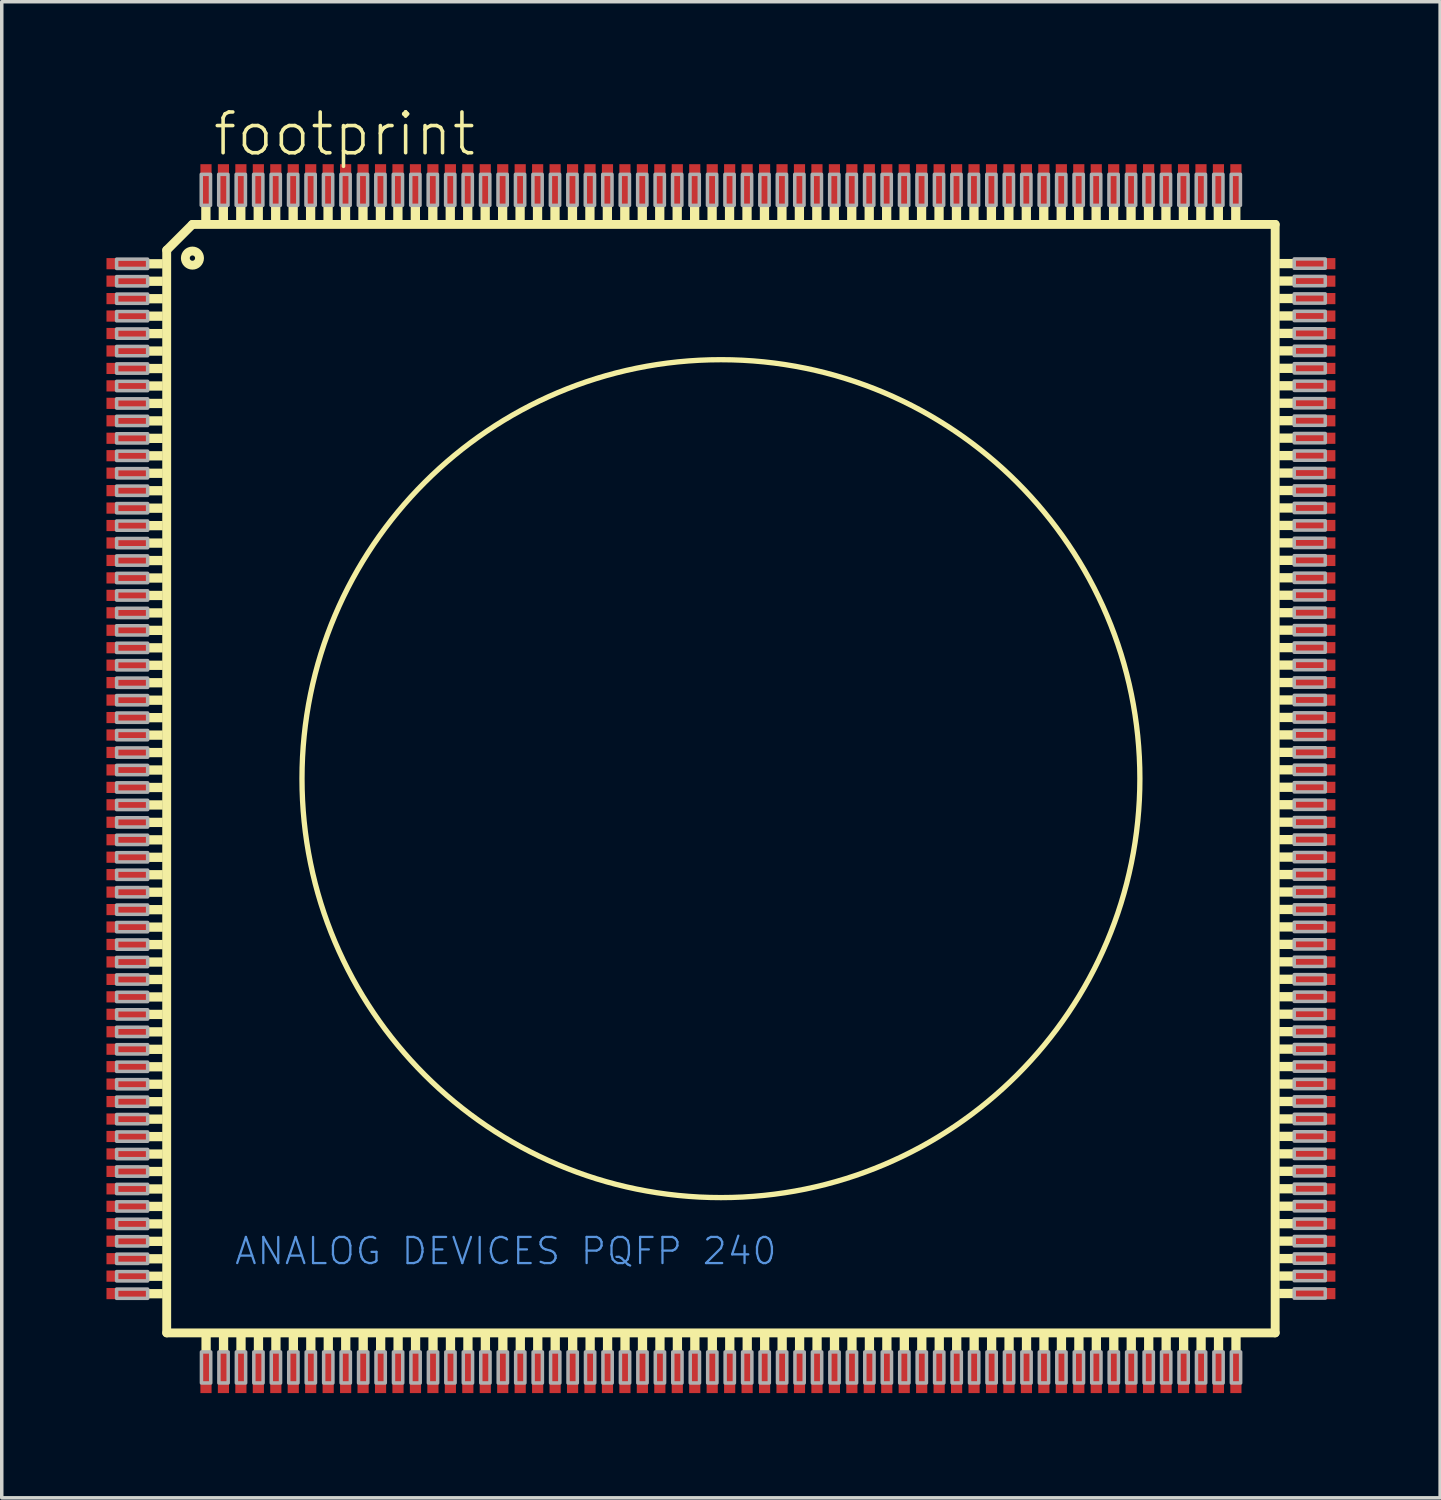
<source format=kicad_pcb>
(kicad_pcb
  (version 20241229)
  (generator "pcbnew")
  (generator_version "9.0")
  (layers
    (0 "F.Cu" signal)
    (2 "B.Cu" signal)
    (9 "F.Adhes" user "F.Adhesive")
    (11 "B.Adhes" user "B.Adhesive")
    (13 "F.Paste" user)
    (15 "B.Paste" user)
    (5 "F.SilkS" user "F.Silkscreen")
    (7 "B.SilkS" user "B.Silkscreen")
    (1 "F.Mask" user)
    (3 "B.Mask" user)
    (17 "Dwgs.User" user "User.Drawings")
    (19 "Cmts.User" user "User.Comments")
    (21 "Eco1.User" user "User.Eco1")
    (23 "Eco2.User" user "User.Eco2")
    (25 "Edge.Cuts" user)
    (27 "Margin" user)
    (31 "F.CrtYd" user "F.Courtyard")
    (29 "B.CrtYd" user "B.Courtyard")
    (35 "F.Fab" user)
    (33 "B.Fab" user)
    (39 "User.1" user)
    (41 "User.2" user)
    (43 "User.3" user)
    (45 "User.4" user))
  (footprint "footprint"
    (layer "F.Cu")
    (at 17.6 19.253)
    (property "Reference" "footprint" (at -14.605 -17.78 0) (layer "F.SilkS") (effects (font (size 1.168 1.168) (thickness 0.102)) (justify left bottom)))
    (fp_line (start -15.875 -15.138) (end -15.138 -15.875) (stroke (width 0.254) (type solid)) (layer "F.SilkS"))
    (fp_line (start -15.875 15.875) (end -15.875 -15.138) (stroke (width 0.254) (type solid)) (layer "F.SilkS"))
    (fp_line (start -15.138 -15.875) (end 15.875 -15.875) (stroke (width 0.254) (type solid)) (layer "F.SilkS"))
    (fp_line (start 15.875 -15.875) (end 15.875 15.875) (stroke (width 0.254) (type solid)) (layer "F.SilkS"))
    (fp_line (start 15.875 15.875) (end -15.875 15.875) (stroke (width 0.254) (type solid)) (layer "F.SilkS"))
    (fp_circle (center -15.138 -14.91) (end -14.935 -14.91) (stroke (width 0.254) (type solid)) (fill no) (layer "F.SilkS"))
    (fp_circle (center 0 0) (end 12 0) (stroke (width 0.152) (type solid)) (fill no) (layer "F.SilkS"))
    (fp_poly (pts (xy -16.434 -14.614) (xy -15.989 -14.614) (xy -15.989 -14.88) (xy -16.434 -14.88)) (stroke (width 0) (type solid)) (fill yes) (layer "F.SilkS"))
    (fp_poly (pts (xy -16.434 -14.114) (xy -15.989 -14.114) (xy -15.989 -14.38) (xy -16.434 -14.38)) (stroke (width 0) (type solid)) (fill yes) (layer "F.SilkS"))
    (fp_poly (pts (xy -16.434 -13.614) (xy -15.989 -13.614) (xy -15.989 -13.88) (xy -16.434 -13.88)) (stroke (width 0) (type solid)) (fill yes) (layer "F.SilkS"))
    (fp_poly (pts (xy -16.434 -13.114) (xy -15.989 -13.114) (xy -15.989 -13.38) (xy -16.434 -13.38)) (stroke (width 0) (type solid)) (fill yes) (layer "F.SilkS"))
    (fp_poly (pts (xy -16.434 -12.614) (xy -15.989 -12.614) (xy -15.989 -12.88) (xy -16.434 -12.88)) (stroke (width 0) (type solid)) (fill yes) (layer "F.SilkS"))
    (fp_poly (pts (xy -16.434 -12.114) (xy -15.989 -12.114) (xy -15.989 -12.38) (xy -16.434 -12.38)) (stroke (width 0) (type solid)) (fill yes) (layer "F.SilkS"))
    (fp_poly (pts (xy -16.434 -11.614) (xy -15.989 -11.614) (xy -15.989 -11.88) (xy -16.434 -11.88)) (stroke (width 0) (type solid)) (fill yes) (layer "F.SilkS"))
    (fp_poly (pts (xy -16.434 -11.114) (xy -15.989 -11.114) (xy -15.989 -11.38) (xy -16.434 -11.38)) (stroke (width 0) (type solid)) (fill yes) (layer "F.SilkS"))
    (fp_poly (pts (xy -16.434 -10.614) (xy -15.989 -10.614) (xy -15.989 -10.88) (xy -16.434 -10.88)) (stroke (width 0) (type solid)) (fill yes) (layer "F.SilkS"))
    (fp_poly (pts (xy -16.434 -10.114) (xy -15.989 -10.114) (xy -15.989 -10.38) (xy -16.434 -10.38)) (stroke (width 0) (type solid)) (fill yes) (layer "F.SilkS"))
    (fp_poly (pts (xy -16.434 -9.614) (xy -15.989 -9.614) (xy -15.989 -9.88) (xy -16.434 -9.88)) (stroke (width 0) (type solid)) (fill yes) (layer "F.SilkS"))
    (fp_poly (pts (xy -16.434 -9.114) (xy -15.989 -9.114) (xy -15.989 -9.38) (xy -16.434 -9.38)) (stroke (width 0) (type solid)) (fill yes) (layer "F.SilkS"))
    (fp_poly (pts (xy -16.434 -8.614) (xy -15.989 -8.614) (xy -15.989 -8.88) (xy -16.434 -8.88)) (stroke (width 0) (type solid)) (fill yes) (layer "F.SilkS"))
    (fp_poly (pts (xy -16.434 -8.114) (xy -15.989 -8.114) (xy -15.989 -8.38) (xy -16.434 -8.38)) (stroke (width 0) (type solid)) (fill yes) (layer "F.SilkS"))
    (fp_poly (pts (xy -16.434 -7.614) (xy -15.989 -7.614) (xy -15.989 -7.88) (xy -16.434 -7.88)) (stroke (width 0) (type solid)) (fill yes) (layer "F.SilkS"))
    (fp_poly (pts (xy -16.434 -7.114) (xy -15.989 -7.114) (xy -15.989 -7.38) (xy -16.434 -7.38)) (stroke (width 0) (type solid)) (fill yes) (layer "F.SilkS"))
    (fp_poly (pts (xy -16.434 -6.614) (xy -15.989 -6.614) (xy -15.989 -6.88) (xy -16.434 -6.88)) (stroke (width 0) (type solid)) (fill yes) (layer "F.SilkS"))
    (fp_poly (pts (xy -16.434 -6.114) (xy -15.989 -6.114) (xy -15.989 -6.38) (xy -16.434 -6.38)) (stroke (width 0) (type solid)) (fill yes) (layer "F.SilkS"))
    (fp_poly (pts (xy -16.434 -5.614) (xy -15.989 -5.614) (xy -15.989 -5.88) (xy -16.434 -5.88)) (stroke (width 0) (type solid)) (fill yes) (layer "F.SilkS"))
    (fp_poly (pts (xy -16.434 -5.114) (xy -15.989 -5.114) (xy -15.989 -5.38) (xy -16.434 -5.38)) (stroke (width 0) (type solid)) (fill yes) (layer "F.SilkS"))
    (fp_poly (pts (xy -16.434 -4.614) (xy -15.989 -4.614) (xy -15.989 -4.88) (xy -16.434 -4.88)) (stroke (width 0) (type solid)) (fill yes) (layer "F.SilkS"))
    (fp_poly (pts (xy -16.434 -4.114) (xy -15.989 -4.114) (xy -15.989 -4.38) (xy -16.434 -4.38)) (stroke (width 0) (type solid)) (fill yes) (layer "F.SilkS"))
    (fp_poly (pts (xy -16.434 -3.614) (xy -15.989 -3.614) (xy -15.989 -3.88) (xy -16.434 -3.88)) (stroke (width 0) (type solid)) (fill yes) (layer "F.SilkS"))
    (fp_poly (pts (xy -16.434 -3.114) (xy -15.989 -3.114) (xy -15.989 -3.38) (xy -16.434 -3.38)) (stroke (width 0) (type solid)) (fill yes) (layer "F.SilkS"))
    (fp_poly (pts (xy -16.434 -2.614) (xy -15.989 -2.614) (xy -15.989 -2.88) (xy -16.434 -2.88)) (stroke (width 0) (type solid)) (fill yes) (layer "F.SilkS"))
    (fp_poly (pts (xy -16.434 -2.114) (xy -15.989 -2.114) (xy -15.989 -2.38) (xy -16.434 -2.38)) (stroke (width 0) (type solid)) (fill yes) (layer "F.SilkS"))
    (fp_poly (pts (xy -16.434 -1.614) (xy -15.989 -1.614) (xy -15.989 -1.88) (xy -16.434 -1.88)) (stroke (width 0) (type solid)) (fill yes) (layer "F.SilkS"))
    (fp_poly (pts (xy -16.434 -1.114) (xy -15.989 -1.114) (xy -15.989 -1.38) (xy -16.434 -1.38)) (stroke (width 0) (type solid)) (fill yes) (layer "F.SilkS"))
    (fp_poly (pts (xy -16.434 -0.614) (xy -15.989 -0.614) (xy -15.989 -0.88) (xy -16.434 -0.88)) (stroke (width 0) (type solid)) (fill yes) (layer "F.SilkS"))
    (fp_poly (pts (xy -16.434 -0.114) (xy -15.989 -0.114) (xy -15.989 -0.38) (xy -16.434 -0.38)) (stroke (width 0) (type solid)) (fill yes) (layer "F.SilkS"))
    (fp_poly (pts (xy -16.434 0.386) (xy -15.989 0.386) (xy -15.989 0.12) (xy -16.434 0.12)) (stroke (width 0) (type solid)) (fill yes) (layer "F.SilkS"))
    (fp_poly (pts (xy -16.434 0.886) (xy -15.989 0.886) (xy -15.989 0.62) (xy -16.434 0.62)) (stroke (width 0) (type solid)) (fill yes) (layer "F.SilkS"))
    (fp_poly (pts (xy -16.434 1.386) (xy -15.989 1.386) (xy -15.989 1.12) (xy -16.434 1.12)) (stroke (width 0) (type solid)) (fill yes) (layer "F.SilkS"))
    (fp_poly (pts (xy -16.434 1.886) (xy -15.989 1.886) (xy -15.989 1.62) (xy -16.434 1.62)) (stroke (width 0) (type solid)) (fill yes) (layer "F.SilkS"))
    (fp_poly (pts (xy -16.434 2.386) (xy -15.989 2.386) (xy -15.989 2.12) (xy -16.434 2.12)) (stroke (width 0) (type solid)) (fill yes) (layer "F.SilkS"))
    (fp_poly (pts (xy -16.434 2.886) (xy -15.989 2.886) (xy -15.989 2.62) (xy -16.434 2.62)) (stroke (width 0) (type solid)) (fill yes) (layer "F.SilkS"))
    (fp_poly (pts (xy -16.434 3.386) (xy -15.989 3.386) (xy -15.989 3.12) (xy -16.434 3.12)) (stroke (width 0) (type solid)) (fill yes) (layer "F.SilkS"))
    (fp_poly (pts (xy -16.434 3.886) (xy -15.989 3.886) (xy -15.989 3.62) (xy -16.434 3.62)) (stroke (width 0) (type solid)) (fill yes) (layer "F.SilkS"))
    (fp_poly (pts (xy -16.434 4.386) (xy -15.989 4.386) (xy -15.989 4.12) (xy -16.434 4.12)) (stroke (width 0) (type solid)) (fill yes) (layer "F.SilkS"))
    (fp_poly (pts (xy -16.434 4.886) (xy -15.989 4.886) (xy -15.989 4.62) (xy -16.434 4.62)) (stroke (width 0) (type solid)) (fill yes) (layer "F.SilkS"))
    (fp_poly (pts (xy -16.434 5.386) (xy -15.989 5.386) (xy -15.989 5.12) (xy -16.434 5.12)) (stroke (width 0) (type solid)) (fill yes) (layer "F.SilkS"))
    (fp_poly (pts (xy -16.434 5.886) (xy -15.989 5.886) (xy -15.989 5.62) (xy -16.434 5.62)) (stroke (width 0) (type solid)) (fill yes) (layer "F.SilkS"))
    (fp_poly (pts (xy -16.434 6.386) (xy -15.989 6.386) (xy -15.989 6.12) (xy -16.434 6.12)) (stroke (width 0) (type solid)) (fill yes) (layer "F.SilkS"))
    (fp_poly (pts (xy -16.434 6.886) (xy -15.989 6.886) (xy -15.989 6.62) (xy -16.434 6.62)) (stroke (width 0) (type solid)) (fill yes) (layer "F.SilkS"))
    (fp_poly (pts (xy -16.434 7.386) (xy -15.989 7.386) (xy -15.989 7.12) (xy -16.434 7.12)) (stroke (width 0) (type solid)) (fill yes) (layer "F.SilkS"))
    (fp_poly (pts (xy -16.434 7.886) (xy -15.989 7.886) (xy -15.989 7.62) (xy -16.434 7.62)) (stroke (width 0) (type solid)) (fill yes) (layer "F.SilkS"))
    (fp_poly (pts (xy -16.434 8.386) (xy -15.989 8.386) (xy -15.989 8.12) (xy -16.434 8.12)) (stroke (width 0) (type solid)) (fill yes) (layer "F.SilkS"))
    (fp_poly (pts (xy -16.434 8.886) (xy -15.989 8.886) (xy -15.989 8.62) (xy -16.434 8.62)) (stroke (width 0) (type solid)) (fill yes) (layer "F.SilkS"))
    (fp_poly (pts (xy -16.434 9.386) (xy -15.989 9.386) (xy -15.989 9.12) (xy -16.434 9.12)) (stroke (width 0) (type solid)) (fill yes) (layer "F.SilkS"))
    (fp_poly (pts (xy -16.434 9.886) (xy -15.989 9.886) (xy -15.989 9.62) (xy -16.434 9.62)) (stroke (width 0) (type solid)) (fill yes) (layer "F.SilkS"))
    (fp_poly (pts (xy -16.434 10.386) (xy -15.989 10.386) (xy -15.989 10.12) (xy -16.434 10.12)) (stroke (width 0) (type solid)) (fill yes) (layer "F.SilkS"))
    (fp_poly (pts (xy -16.434 10.886) (xy -15.989 10.886) (xy -15.989 10.62) (xy -16.434 10.62)) (stroke (width 0) (type solid)) (fill yes) (layer "F.SilkS"))
    (fp_poly (pts (xy -16.434 11.386) (xy -15.989 11.386) (xy -15.989 11.12) (xy -16.434 11.12)) (stroke (width 0) (type solid)) (fill yes) (layer "F.SilkS"))
    (fp_poly (pts (xy -16.434 11.886) (xy -15.989 11.886) (xy -15.989 11.62) (xy -16.434 11.62)) (stroke (width 0) (type solid)) (fill yes) (layer "F.SilkS"))
    (fp_poly (pts (xy -16.434 12.386) (xy -15.989 12.386) (xy -15.989 12.12) (xy -16.434 12.12)) (stroke (width 0) (type solid)) (fill yes) (layer "F.SilkS"))
    (fp_poly (pts (xy -16.434 12.886) (xy -15.989 12.886) (xy -15.989 12.62) (xy -16.434 12.62)) (stroke (width 0) (type solid)) (fill yes) (layer "F.SilkS"))
    (fp_poly (pts (xy -16.434 13.386) (xy -15.989 13.386) (xy -15.989 13.12) (xy -16.434 13.12)) (stroke (width 0) (type solid)) (fill yes) (layer "F.SilkS"))
    (fp_poly (pts (xy -16.434 13.886) (xy -15.989 13.886) (xy -15.989 13.62) (xy -16.434 13.62)) (stroke (width 0) (type solid)) (fill yes) (layer "F.SilkS"))
    (fp_poly (pts (xy -16.434 14.386) (xy -15.989 14.386) (xy -15.989 14.12) (xy -16.434 14.12)) (stroke (width 0) (type solid)) (fill yes) (layer "F.SilkS"))
    (fp_poly (pts (xy -16.434 14.886) (xy -15.989 14.886) (xy -15.989 14.62) (xy -16.434 14.62)) (stroke (width 0) (type solid)) (fill yes) (layer "F.SilkS"))
    (fp_poly (pts (xy -14.886 -15.989) (xy -14.62 -15.989) (xy -14.62 -16.434) (xy -14.886 -16.434)) (stroke (width 0) (type solid)) (fill yes) (layer "F.SilkS"))
    (fp_poly (pts (xy -14.88 16.434) (xy -14.614 16.434) (xy -14.614 15.989) (xy -14.88 15.989)) (stroke (width 0) (type solid)) (fill yes) (layer "F.SilkS"))
    (fp_poly (pts (xy -14.386 -15.989) (xy -14.12 -15.989) (xy -14.12 -16.434) (xy -14.386 -16.434)) (stroke (width 0) (type solid)) (fill yes) (layer "F.SilkS"))
    (fp_poly (pts (xy -14.38 16.434) (xy -14.114 16.434) (xy -14.114 15.989) (xy -14.38 15.989)) (stroke (width 0) (type solid)) (fill yes) (layer "F.SilkS"))
    (fp_poly (pts (xy -13.886 -15.989) (xy -13.62 -15.989) (xy -13.62 -16.434) (xy -13.886 -16.434)) (stroke (width 0) (type solid)) (fill yes) (layer "F.SilkS"))
    (fp_poly (pts (xy -13.88 16.434) (xy -13.614 16.434) (xy -13.614 15.989) (xy -13.88 15.989)) (stroke (width 0) (type solid)) (fill yes) (layer "F.SilkS"))
    (fp_poly (pts (xy -13.386 -15.989) (xy -13.12 -15.989) (xy -13.12 -16.434) (xy -13.386 -16.434)) (stroke (width 0) (type solid)) (fill yes) (layer "F.SilkS"))
    (fp_poly (pts (xy -13.38 16.434) (xy -13.114 16.434) (xy -13.114 15.989) (xy -13.38 15.989)) (stroke (width 0) (type solid)) (fill yes) (layer "F.SilkS"))
    (fp_poly (pts (xy -12.886 -15.989) (xy -12.62 -15.989) (xy -12.62 -16.434) (xy -12.886 -16.434)) (stroke (width 0) (type solid)) (fill yes) (layer "F.SilkS"))
    (fp_poly (pts (xy -12.88 16.434) (xy -12.614 16.434) (xy -12.614 15.989) (xy -12.88 15.989)) (stroke (width 0) (type solid)) (fill yes) (layer "F.SilkS"))
    (fp_poly (pts (xy -12.386 -15.989) (xy -12.12 -15.989) (xy -12.12 -16.434) (xy -12.386 -16.434)) (stroke (width 0) (type solid)) (fill yes) (layer "F.SilkS"))
    (fp_poly (pts (xy -12.38 16.434) (xy -12.114 16.434) (xy -12.114 15.989) (xy -12.38 15.989)) (stroke (width 0) (type solid)) (fill yes) (layer "F.SilkS"))
    (fp_poly (pts (xy -11.886 -15.989) (xy -11.62 -15.989) (xy -11.62 -16.434) (xy -11.886 -16.434)) (stroke (width 0) (type solid)) (fill yes) (layer "F.SilkS"))
    (fp_poly (pts (xy -11.88 16.434) (xy -11.614 16.434) (xy -11.614 15.989) (xy -11.88 15.989)) (stroke (width 0) (type solid)) (fill yes) (layer "F.SilkS"))
    (fp_poly (pts (xy -11.386 -15.989) (xy -11.12 -15.989) (xy -11.12 -16.434) (xy -11.386 -16.434)) (stroke (width 0) (type solid)) (fill yes) (layer "F.SilkS"))
    (fp_poly (pts (xy -11.38 16.434) (xy -11.114 16.434) (xy -11.114 15.989) (xy -11.38 15.989)) (stroke (width 0) (type solid)) (fill yes) (layer "F.SilkS"))
    (fp_poly (pts (xy -10.886 -15.989) (xy -10.62 -15.989) (xy -10.62 -16.434) (xy -10.886 -16.434)) (stroke (width 0) (type solid)) (fill yes) (layer "F.SilkS"))
    (fp_poly (pts (xy -10.88 16.434) (xy -10.614 16.434) (xy -10.614 15.989) (xy -10.88 15.989)) (stroke (width 0) (type solid)) (fill yes) (layer "F.SilkS"))
    (fp_poly (pts (xy -10.386 -15.989) (xy -10.12 -15.989) (xy -10.12 -16.434) (xy -10.386 -16.434)) (stroke (width 0) (type solid)) (fill yes) (layer "F.SilkS"))
    (fp_poly (pts (xy -10.38 16.434) (xy -10.114 16.434) (xy -10.114 15.989) (xy -10.38 15.989)) (stroke (width 0) (type solid)) (fill yes) (layer "F.SilkS"))
    (fp_poly (pts (xy -9.886 -15.989) (xy -9.62 -15.989) (xy -9.62 -16.434) (xy -9.886 -16.434)) (stroke (width 0) (type solid)) (fill yes) (layer "F.SilkS"))
    (fp_poly (pts (xy -9.88 16.434) (xy -9.614 16.434) (xy -9.614 15.989) (xy -9.88 15.989)) (stroke (width 0) (type solid)) (fill yes) (layer "F.SilkS"))
    (fp_poly (pts (xy -9.386 -15.989) (xy -9.12 -15.989) (xy -9.12 -16.434) (xy -9.386 -16.434)) (stroke (width 0) (type solid)) (fill yes) (layer "F.SilkS"))
    (fp_poly (pts (xy -9.38 16.434) (xy -9.114 16.434) (xy -9.114 15.989) (xy -9.38 15.989)) (stroke (width 0) (type solid)) (fill yes) (layer "F.SilkS"))
    (fp_poly (pts (xy -8.886 -15.989) (xy -8.62 -15.989) (xy -8.62 -16.434) (xy -8.886 -16.434)) (stroke (width 0) (type solid)) (fill yes) (layer "F.SilkS"))
    (fp_poly (pts (xy -8.88 16.434) (xy -8.614 16.434) (xy -8.614 15.989) (xy -8.88 15.989)) (stroke (width 0) (type solid)) (fill yes) (layer "F.SilkS"))
    (fp_poly (pts (xy -8.386 -15.989) (xy -8.12 -15.989) (xy -8.12 -16.434) (xy -8.386 -16.434)) (stroke (width 0) (type solid)) (fill yes) (layer "F.SilkS"))
    (fp_poly (pts (xy -8.38 16.434) (xy -8.114 16.434) (xy -8.114 15.989) (xy -8.38 15.989)) (stroke (width 0) (type solid)) (fill yes) (layer "F.SilkS"))
    (fp_poly (pts (xy -7.886 -15.989) (xy -7.62 -15.989) (xy -7.62 -16.434) (xy -7.886 -16.434)) (stroke (width 0) (type solid)) (fill yes) (layer "F.SilkS"))
    (fp_poly (pts (xy -7.88 16.434) (xy -7.614 16.434) (xy -7.614 15.989) (xy -7.88 15.989)) (stroke (width 0) (type solid)) (fill yes) (layer "F.SilkS"))
    (fp_poly (pts (xy -7.386 -15.989) (xy -7.12 -15.989) (xy -7.12 -16.434) (xy -7.386 -16.434)) (stroke (width 0) (type solid)) (fill yes) (layer "F.SilkS"))
    (fp_poly (pts (xy -7.38 16.434) (xy -7.114 16.434) (xy -7.114 15.989) (xy -7.38 15.989)) (stroke (width 0) (type solid)) (fill yes) (layer "F.SilkS"))
    (fp_poly (pts (xy -6.886 -15.989) (xy -6.62 -15.989) (xy -6.62 -16.434) (xy -6.886 -16.434)) (stroke (width 0) (type solid)) (fill yes) (layer "F.SilkS"))
    (fp_poly (pts (xy -6.88 16.434) (xy -6.614 16.434) (xy -6.614 15.989) (xy -6.88 15.989)) (stroke (width 0) (type solid)) (fill yes) (layer "F.SilkS"))
    (fp_poly (pts (xy -6.386 -15.989) (xy -6.12 -15.989) (xy -6.12 -16.434) (xy -6.386 -16.434)) (stroke (width 0) (type solid)) (fill yes) (layer "F.SilkS"))
    (fp_poly (pts (xy -6.38 16.434) (xy -6.114 16.434) (xy -6.114 15.989) (xy -6.38 15.989)) (stroke (width 0) (type solid)) (fill yes) (layer "F.SilkS"))
    (fp_poly (pts (xy -5.886 -15.989) (xy -5.62 -15.989) (xy -5.62 -16.434) (xy -5.886 -16.434)) (stroke (width 0) (type solid)) (fill yes) (layer "F.SilkS"))
    (fp_poly (pts (xy -5.88 16.434) (xy -5.614 16.434) (xy -5.614 15.989) (xy -5.88 15.989)) (stroke (width 0) (type solid)) (fill yes) (layer "F.SilkS"))
    (fp_poly (pts (xy -5.386 -15.989) (xy -5.12 -15.989) (xy -5.12 -16.434) (xy -5.386 -16.434)) (stroke (width 0) (type solid)) (fill yes) (layer "F.SilkS"))
    (fp_poly (pts (xy -5.38 16.434) (xy -5.114 16.434) (xy -5.114 15.989) (xy -5.38 15.989)) (stroke (width 0) (type solid)) (fill yes) (layer "F.SilkS"))
    (fp_poly (pts (xy -4.886 -15.989) (xy -4.62 -15.989) (xy -4.62 -16.434) (xy -4.886 -16.434)) (stroke (width 0) (type solid)) (fill yes) (layer "F.SilkS"))
    (fp_poly (pts (xy -4.88 16.434) (xy -4.614 16.434) (xy -4.614 15.989) (xy -4.88 15.989)) (stroke (width 0) (type solid)) (fill yes) (layer "F.SilkS"))
    (fp_poly (pts (xy -4.386 -15.989) (xy -4.12 -15.989) (xy -4.12 -16.434) (xy -4.386 -16.434)) (stroke (width 0) (type solid)) (fill yes) (layer "F.SilkS"))
    (fp_poly (pts (xy -4.38 16.434) (xy -4.114 16.434) (xy -4.114 15.989) (xy -4.38 15.989)) (stroke (width 0) (type solid)) (fill yes) (layer "F.SilkS"))
    (fp_poly (pts (xy -3.886 -15.989) (xy -3.62 -15.989) (xy -3.62 -16.434) (xy -3.886 -16.434)) (stroke (width 0) (type solid)) (fill yes) (layer "F.SilkS"))
    (fp_poly (pts (xy -3.88 16.434) (xy -3.614 16.434) (xy -3.614 15.989) (xy -3.88 15.989)) (stroke (width 0) (type solid)) (fill yes) (layer "F.SilkS"))
    (fp_poly (pts (xy -3.386 -15.989) (xy -3.12 -15.989) (xy -3.12 -16.434) (xy -3.386 -16.434)) (stroke (width 0) (type solid)) (fill yes) (layer "F.SilkS"))
    (fp_poly (pts (xy -3.38 16.434) (xy -3.114 16.434) (xy -3.114 15.989) (xy -3.38 15.989)) (stroke (width 0) (type solid)) (fill yes) (layer "F.SilkS"))
    (fp_poly (pts (xy -2.886 -15.989) (xy -2.62 -15.989) (xy -2.62 -16.434) (xy -2.886 -16.434)) (stroke (width 0) (type solid)) (fill yes) (layer "F.SilkS"))
    (fp_poly (pts (xy -2.88 16.434) (xy -2.614 16.434) (xy -2.614 15.989) (xy -2.88 15.989)) (stroke (width 0) (type solid)) (fill yes) (layer "F.SilkS"))
    (fp_poly (pts (xy -2.386 -15.989) (xy -2.12 -15.989) (xy -2.12 -16.434) (xy -2.386 -16.434)) (stroke (width 0) (type solid)) (fill yes) (layer "F.SilkS"))
    (fp_poly (pts (xy -2.38 16.434) (xy -2.114 16.434) (xy -2.114 15.989) (xy -2.38 15.989)) (stroke (width 0) (type solid)) (fill yes) (layer "F.SilkS"))
    (fp_poly (pts (xy -1.886 -15.989) (xy -1.62 -15.989) (xy -1.62 -16.434) (xy -1.886 -16.434)) (stroke (width 0) (type solid)) (fill yes) (layer "F.SilkS"))
    (fp_poly (pts (xy -1.88 16.434) (xy -1.614 16.434) (xy -1.614 15.989) (xy -1.88 15.989)) (stroke (width 0) (type solid)) (fill yes) (layer "F.SilkS"))
    (fp_poly (pts (xy -1.386 -15.989) (xy -1.12 -15.989) (xy -1.12 -16.434) (xy -1.386 -16.434)) (stroke (width 0) (type solid)) (fill yes) (layer "F.SilkS"))
    (fp_poly (pts (xy -1.38 16.434) (xy -1.114 16.434) (xy -1.114 15.989) (xy -1.38 15.989)) (stroke (width 0) (type solid)) (fill yes) (layer "F.SilkS"))
    (fp_poly (pts (xy -0.886 -15.989) (xy -0.62 -15.989) (xy -0.62 -16.434) (xy -0.886 -16.434)) (stroke (width 0) (type solid)) (fill yes) (layer "F.SilkS"))
    (fp_poly (pts (xy -0.88 16.434) (xy -0.614 16.434) (xy -0.614 15.989) (xy -0.88 15.989)) (stroke (width 0) (type solid)) (fill yes) (layer "F.SilkS"))
    (fp_poly (pts (xy -0.386 -15.989) (xy -0.12 -15.989) (xy -0.12 -16.434) (xy -0.386 -16.434)) (stroke (width 0) (type solid)) (fill yes) (layer "F.SilkS"))
    (fp_poly (pts (xy -0.38 16.434) (xy -0.114 16.434) (xy -0.114 15.989) (xy -0.38 15.989)) (stroke (width 0) (type solid)) (fill yes) (layer "F.SilkS"))
    (fp_poly (pts (xy 0.114 -15.989) (xy 0.38 -15.989) (xy 0.38 -16.434) (xy 0.114 -16.434)) (stroke (width 0) (type solid)) (fill yes) (layer "F.SilkS"))
    (fp_poly (pts (xy 0.12 16.434) (xy 0.386 16.434) (xy 0.386 15.989) (xy 0.12 15.989)) (stroke (width 0) (type solid)) (fill yes) (layer "F.SilkS"))
    (fp_poly (pts (xy 0.614 -15.989) (xy 0.88 -15.989) (xy 0.88 -16.434) (xy 0.614 -16.434)) (stroke (width 0) (type solid)) (fill yes) (layer "F.SilkS"))
    (fp_poly (pts (xy 0.62 16.434) (xy 0.886 16.434) (xy 0.886 15.989) (xy 0.62 15.989)) (stroke (width 0) (type solid)) (fill yes) (layer "F.SilkS"))
    (fp_poly (pts (xy 1.114 -15.989) (xy 1.38 -15.989) (xy 1.38 -16.434) (xy 1.114 -16.434)) (stroke (width 0) (type solid)) (fill yes) (layer "F.SilkS"))
    (fp_poly (pts (xy 1.12 16.434) (xy 1.386 16.434) (xy 1.386 15.989) (xy 1.12 15.989)) (stroke (width 0) (type solid)) (fill yes) (layer "F.SilkS"))
    (fp_poly (pts (xy 1.614 -15.989) (xy 1.88 -15.989) (xy 1.88 -16.434) (xy 1.614 -16.434)) (stroke (width 0) (type solid)) (fill yes) (layer "F.SilkS"))
    (fp_poly (pts (xy 1.62 16.434) (xy 1.886 16.434) (xy 1.886 15.989) (xy 1.62 15.989)) (stroke (width 0) (type solid)) (fill yes) (layer "F.SilkS"))
    (fp_poly (pts (xy 2.114 -15.989) (xy 2.38 -15.989) (xy 2.38 -16.434) (xy 2.114 -16.434)) (stroke (width 0) (type solid)) (fill yes) (layer "F.SilkS"))
    (fp_poly (pts (xy 2.12 16.434) (xy 2.386 16.434) (xy 2.386 15.989) (xy 2.12 15.989)) (stroke (width 0) (type solid)) (fill yes) (layer "F.SilkS"))
    (fp_poly (pts (xy 2.614 -15.989) (xy 2.88 -15.989) (xy 2.88 -16.434) (xy 2.614 -16.434)) (stroke (width 0) (type solid)) (fill yes) (layer "F.SilkS"))
    (fp_poly (pts (xy 2.62 16.434) (xy 2.886 16.434) (xy 2.886 15.989) (xy 2.62 15.989)) (stroke (width 0) (type solid)) (fill yes) (layer "F.SilkS"))
    (fp_poly (pts (xy 3.114 -15.989) (xy 3.38 -15.989) (xy 3.38 -16.434) (xy 3.114 -16.434)) (stroke (width 0) (type solid)) (fill yes) (layer "F.SilkS"))
    (fp_poly (pts (xy 3.12 16.434) (xy 3.386 16.434) (xy 3.386 15.989) (xy 3.12 15.989)) (stroke (width 0) (type solid)) (fill yes) (layer "F.SilkS"))
    (fp_poly (pts (xy 3.614 -15.989) (xy 3.88 -15.989) (xy 3.88 -16.434) (xy 3.614 -16.434)) (stroke (width 0) (type solid)) (fill yes) (layer "F.SilkS"))
    (fp_poly (pts (xy 3.62 16.434) (xy 3.886 16.434) (xy 3.886 15.989) (xy 3.62 15.989)) (stroke (width 0) (type solid)) (fill yes) (layer "F.SilkS"))
    (fp_poly (pts (xy 4.114 -15.989) (xy 4.38 -15.989) (xy 4.38 -16.434) (xy 4.114 -16.434)) (stroke (width 0) (type solid)) (fill yes) (layer "F.SilkS"))
    (fp_poly (pts (xy 4.12 16.434) (xy 4.386 16.434) (xy 4.386 15.989) (xy 4.12 15.989)) (stroke (width 0) (type solid)) (fill yes) (layer "F.SilkS"))
    (fp_poly (pts (xy 4.614 -15.989) (xy 4.88 -15.989) (xy 4.88 -16.434) (xy 4.614 -16.434)) (stroke (width 0) (type solid)) (fill yes) (layer "F.SilkS"))
    (fp_poly (pts (xy 4.62 16.434) (xy 4.886 16.434) (xy 4.886 15.989) (xy 4.62 15.989)) (stroke (width 0) (type solid)) (fill yes) (layer "F.SilkS"))
    (fp_poly (pts (xy 5.114 -15.989) (xy 5.38 -15.989) (xy 5.38 -16.434) (xy 5.114 -16.434)) (stroke (width 0) (type solid)) (fill yes) (layer "F.SilkS"))
    (fp_poly (pts (xy 5.12 16.434) (xy 5.386 16.434) (xy 5.386 15.989) (xy 5.12 15.989)) (stroke (width 0) (type solid)) (fill yes) (layer "F.SilkS"))
    (fp_poly (pts (xy 5.614 -15.989) (xy 5.88 -15.989) (xy 5.88 -16.434) (xy 5.614 -16.434)) (stroke (width 0) (type solid)) (fill yes) (layer "F.SilkS"))
    (fp_poly (pts (xy 5.62 16.434) (xy 5.886 16.434) (xy 5.886 15.989) (xy 5.62 15.989)) (stroke (width 0) (type solid)) (fill yes) (layer "F.SilkS"))
    (fp_poly (pts (xy 6.114 -15.989) (xy 6.38 -15.989) (xy 6.38 -16.434) (xy 6.114 -16.434)) (stroke (width 0) (type solid)) (fill yes) (layer "F.SilkS"))
    (fp_poly (pts (xy 6.12 16.434) (xy 6.386 16.434) (xy 6.386 15.989) (xy 6.12 15.989)) (stroke (width 0) (type solid)) (fill yes) (layer "F.SilkS"))
    (fp_poly (pts (xy 6.614 -15.989) (xy 6.88 -15.989) (xy 6.88 -16.434) (xy 6.614 -16.434)) (stroke (width 0) (type solid)) (fill yes) (layer "F.SilkS"))
    (fp_poly (pts (xy 6.62 16.434) (xy 6.886 16.434) (xy 6.886 15.989) (xy 6.62 15.989)) (stroke (width 0) (type solid)) (fill yes) (layer "F.SilkS"))
    (fp_poly (pts (xy 7.114 -15.989) (xy 7.38 -15.989) (xy 7.38 -16.434) (xy 7.114 -16.434)) (stroke (width 0) (type solid)) (fill yes) (layer "F.SilkS"))
    (fp_poly (pts (xy 7.12 16.434) (xy 7.386 16.434) (xy 7.386 15.989) (xy 7.12 15.989)) (stroke (width 0) (type solid)) (fill yes) (layer "F.SilkS"))
    (fp_poly (pts (xy 7.614 -15.989) (xy 7.88 -15.989) (xy 7.88 -16.434) (xy 7.614 -16.434)) (stroke (width 0) (type solid)) (fill yes) (layer "F.SilkS"))
    (fp_poly (pts (xy 7.62 16.434) (xy 7.886 16.434) (xy 7.886 15.989) (xy 7.62 15.989)) (stroke (width 0) (type solid)) (fill yes) (layer "F.SilkS"))
    (fp_poly (pts (xy 8.114 -15.989) (xy 8.38 -15.989) (xy 8.38 -16.434) (xy 8.114 -16.434)) (stroke (width 0) (type solid)) (fill yes) (layer "F.SilkS"))
    (fp_poly (pts (xy 8.12 16.434) (xy 8.386 16.434) (xy 8.386 15.989) (xy 8.12 15.989)) (stroke (width 0) (type solid)) (fill yes) (layer "F.SilkS"))
    (fp_poly (pts (xy 8.614 -15.989) (xy 8.88 -15.989) (xy 8.88 -16.434) (xy 8.614 -16.434)) (stroke (width 0) (type solid)) (fill yes) (layer "F.SilkS"))
    (fp_poly (pts (xy 8.62 16.434) (xy 8.886 16.434) (xy 8.886 15.989) (xy 8.62 15.989)) (stroke (width 0) (type solid)) (fill yes) (layer "F.SilkS"))
    (fp_poly (pts (xy 9.114 -15.989) (xy 9.38 -15.989) (xy 9.38 -16.434) (xy 9.114 -16.434)) (stroke (width 0) (type solid)) (fill yes) (layer "F.SilkS"))
    (fp_poly (pts (xy 9.12 16.434) (xy 9.386 16.434) (xy 9.386 15.989) (xy 9.12 15.989)) (stroke (width 0) (type solid)) (fill yes) (layer "F.SilkS"))
    (fp_poly (pts (xy 9.614 -15.989) (xy 9.88 -15.989) (xy 9.88 -16.434) (xy 9.614 -16.434)) (stroke (width 0) (type solid)) (fill yes) (layer "F.SilkS"))
    (fp_poly (pts (xy 9.62 16.434) (xy 9.886 16.434) (xy 9.886 15.989) (xy 9.62 15.989)) (stroke (width 0) (type solid)) (fill yes) (layer "F.SilkS"))
    (fp_poly (pts (xy 10.114 -15.989) (xy 10.38 -15.989) (xy 10.38 -16.434) (xy 10.114 -16.434)) (stroke (width 0) (type solid)) (fill yes) (layer "F.SilkS"))
    (fp_poly (pts (xy 10.12 16.434) (xy 10.386 16.434) (xy 10.386 15.989) (xy 10.12 15.989)) (stroke (width 0) (type solid)) (fill yes) (layer "F.SilkS"))
    (fp_poly (pts (xy 10.614 -15.989) (xy 10.88 -15.989) (xy 10.88 -16.434) (xy 10.614 -16.434)) (stroke (width 0) (type solid)) (fill yes) (layer "F.SilkS"))
    (fp_poly (pts (xy 10.62 16.434) (xy 10.886 16.434) (xy 10.886 15.989) (xy 10.62 15.989)) (stroke (width 0) (type solid)) (fill yes) (layer "F.SilkS"))
    (fp_poly (pts (xy 11.114 -15.989) (xy 11.38 -15.989) (xy 11.38 -16.434) (xy 11.114 -16.434)) (stroke (width 0) (type solid)) (fill yes) (layer "F.SilkS"))
    (fp_poly (pts (xy 11.12 16.434) (xy 11.386 16.434) (xy 11.386 15.989) (xy 11.12 15.989)) (stroke (width 0) (type solid)) (fill yes) (layer "F.SilkS"))
    (fp_poly (pts (xy 11.614 -15.989) (xy 11.88 -15.989) (xy 11.88 -16.434) (xy 11.614 -16.434)) (stroke (width 0) (type solid)) (fill yes) (layer "F.SilkS"))
    (fp_poly (pts (xy 11.62 16.434) (xy 11.886 16.434) (xy 11.886 15.989) (xy 11.62 15.989)) (stroke (width 0) (type solid)) (fill yes) (layer "F.SilkS"))
    (fp_poly (pts (xy 12.114 -15.989) (xy 12.38 -15.989) (xy 12.38 -16.434) (xy 12.114 -16.434)) (stroke (width 0) (type solid)) (fill yes) (layer "F.SilkS"))
    (fp_poly (pts (xy 12.12 16.434) (xy 12.386 16.434) (xy 12.386 15.989) (xy 12.12 15.989)) (stroke (width 0) (type solid)) (fill yes) (layer "F.SilkS"))
    (fp_poly (pts (xy 12.614 -15.989) (xy 12.88 -15.989) (xy 12.88 -16.434) (xy 12.614 -16.434)) (stroke (width 0) (type solid)) (fill yes) (layer "F.SilkS"))
    (fp_poly (pts (xy 12.62 16.434) (xy 12.886 16.434) (xy 12.886 15.989) (xy 12.62 15.989)) (stroke (width 0) (type solid)) (fill yes) (layer "F.SilkS"))
    (fp_poly (pts (xy 13.114 -15.989) (xy 13.38 -15.989) (xy 13.38 -16.434) (xy 13.114 -16.434)) (stroke (width 0) (type solid)) (fill yes) (layer "F.SilkS"))
    (fp_poly (pts (xy 13.12 16.434) (xy 13.386 16.434) (xy 13.386 15.989) (xy 13.12 15.989)) (stroke (width 0) (type solid)) (fill yes) (layer "F.SilkS"))
    (fp_poly (pts (xy 13.614 -15.989) (xy 13.88 -15.989) (xy 13.88 -16.434) (xy 13.614 -16.434)) (stroke (width 0) (type solid)) (fill yes) (layer "F.SilkS"))
    (fp_poly (pts (xy 13.62 16.434) (xy 13.886 16.434) (xy 13.886 15.989) (xy 13.62 15.989)) (stroke (width 0) (type solid)) (fill yes) (layer "F.SilkS"))
    (fp_poly (pts (xy 14.114 -15.989) (xy 14.38 -15.989) (xy 14.38 -16.434) (xy 14.114 -16.434)) (stroke (width 0) (type solid)) (fill yes) (layer "F.SilkS"))
    (fp_poly (pts (xy 14.12 16.434) (xy 14.386 16.434) (xy 14.386 15.989) (xy 14.12 15.989)) (stroke (width 0) (type solid)) (fill yes) (layer "F.SilkS"))
    (fp_poly (pts (xy 14.614 -15.989) (xy 14.88 -15.989) (xy 14.88 -16.434) (xy 14.614 -16.434)) (stroke (width 0) (type solid)) (fill yes) (layer "F.SilkS"))
    (fp_poly (pts (xy 14.62 16.434) (xy 14.886 16.434) (xy 14.886 15.989) (xy 14.62 15.989)) (stroke (width 0) (type solid)) (fill yes) (layer "F.SilkS"))
    (fp_poly (pts (xy 15.989 -14.62) (xy 16.434 -14.62) (xy 16.434 -14.886) (xy 15.989 -14.886)) (stroke (width 0) (type solid)) (fill yes) (layer "F.SilkS"))
    (fp_poly (pts (xy 15.989 -14.12) (xy 16.434 -14.12) (xy 16.434 -14.386) (xy 15.989 -14.386)) (stroke (width 0) (type solid)) (fill yes) (layer "F.SilkS"))
    (fp_poly (pts (xy 15.989 -13.62) (xy 16.434 -13.62) (xy 16.434 -13.886) (xy 15.989 -13.886)) (stroke (width 0) (type solid)) (fill yes) (layer "F.SilkS"))
    (fp_poly (pts (xy 15.989 -13.12) (xy 16.434 -13.12) (xy 16.434 -13.386) (xy 15.989 -13.386)) (stroke (width 0) (type solid)) (fill yes) (layer "F.SilkS"))
    (fp_poly (pts (xy 15.989 -12.62) (xy 16.434 -12.62) (xy 16.434 -12.886) (xy 15.989 -12.886)) (stroke (width 0) (type solid)) (fill yes) (layer "F.SilkS"))
    (fp_poly (pts (xy 15.989 -12.12) (xy 16.434 -12.12) (xy 16.434 -12.386) (xy 15.989 -12.386)) (stroke (width 0) (type solid)) (fill yes) (layer "F.SilkS"))
    (fp_poly (pts (xy 15.989 -11.62) (xy 16.434 -11.62) (xy 16.434 -11.886) (xy 15.989 -11.886)) (stroke (width 0) (type solid)) (fill yes) (layer "F.SilkS"))
    (fp_poly (pts (xy 15.989 -11.12) (xy 16.434 -11.12) (xy 16.434 -11.386) (xy 15.989 -11.386)) (stroke (width 0) (type solid)) (fill yes) (layer "F.SilkS"))
    (fp_poly (pts (xy 15.989 -10.62) (xy 16.434 -10.62) (xy 16.434 -10.886) (xy 15.989 -10.886)) (stroke (width 0) (type solid)) (fill yes) (layer "F.SilkS"))
    (fp_poly (pts (xy 15.989 -10.12) (xy 16.434 -10.12) (xy 16.434 -10.386) (xy 15.989 -10.386)) (stroke (width 0) (type solid)) (fill yes) (layer "F.SilkS"))
    (fp_poly (pts (xy 15.989 -9.62) (xy 16.434 -9.62) (xy 16.434 -9.886) (xy 15.989 -9.886)) (stroke (width 0) (type solid)) (fill yes) (layer "F.SilkS"))
    (fp_poly (pts (xy 15.989 -9.12) (xy 16.434 -9.12) (xy 16.434 -9.386) (xy 15.989 -9.386)) (stroke (width 0) (type solid)) (fill yes) (layer "F.SilkS"))
    (fp_poly (pts (xy 15.989 -8.62) (xy 16.434 -8.62) (xy 16.434 -8.886) (xy 15.989 -8.886)) (stroke (width 0) (type solid)) (fill yes) (layer "F.SilkS"))
    (fp_poly (pts (xy 15.989 -8.12) (xy 16.434 -8.12) (xy 16.434 -8.386) (xy 15.989 -8.386)) (stroke (width 0) (type solid)) (fill yes) (layer "F.SilkS"))
    (fp_poly (pts (xy 15.989 -7.62) (xy 16.434 -7.62) (xy 16.434 -7.886) (xy 15.989 -7.886)) (stroke (width 0) (type solid)) (fill yes) (layer "F.SilkS"))
    (fp_poly (pts (xy 15.989 -7.12) (xy 16.434 -7.12) (xy 16.434 -7.386) (xy 15.989 -7.386)) (stroke (width 0) (type solid)) (fill yes) (layer "F.SilkS"))
    (fp_poly (pts (xy 15.989 -6.62) (xy 16.434 -6.62) (xy 16.434 -6.886) (xy 15.989 -6.886)) (stroke (width 0) (type solid)) (fill yes) (layer "F.SilkS"))
    (fp_poly (pts (xy 15.989 -6.12) (xy 16.434 -6.12) (xy 16.434 -6.386) (xy 15.989 -6.386)) (stroke (width 0) (type solid)) (fill yes) (layer "F.SilkS"))
    (fp_poly (pts (xy 15.989 -5.62) (xy 16.434 -5.62) (xy 16.434 -5.886) (xy 15.989 -5.886)) (stroke (width 0) (type solid)) (fill yes) (layer "F.SilkS"))
    (fp_poly (pts (xy 15.989 -5.12) (xy 16.434 -5.12) (xy 16.434 -5.386) (xy 15.989 -5.386)) (stroke (width 0) (type solid)) (fill yes) (layer "F.SilkS"))
    (fp_poly (pts (xy 15.989 -4.62) (xy 16.434 -4.62) (xy 16.434 -4.886) (xy 15.989 -4.886)) (stroke (width 0) (type solid)) (fill yes) (layer "F.SilkS"))
    (fp_poly (pts (xy 15.989 -4.12) (xy 16.434 -4.12) (xy 16.434 -4.386) (xy 15.989 -4.386)) (stroke (width 0) (type solid)) (fill yes) (layer "F.SilkS"))
    (fp_poly (pts (xy 15.989 -3.62) (xy 16.434 -3.62) (xy 16.434 -3.886) (xy 15.989 -3.886)) (stroke (width 0) (type solid)) (fill yes) (layer "F.SilkS"))
    (fp_poly (pts (xy 15.989 -3.12) (xy 16.434 -3.12) (xy 16.434 -3.386) (xy 15.989 -3.386)) (stroke (width 0) (type solid)) (fill yes) (layer "F.SilkS"))
    (fp_poly (pts (xy 15.989 -2.62) (xy 16.434 -2.62) (xy 16.434 -2.886) (xy 15.989 -2.886)) (stroke (width 0) (type solid)) (fill yes) (layer "F.SilkS"))
    (fp_poly (pts (xy 15.989 -2.12) (xy 16.434 -2.12) (xy 16.434 -2.386) (xy 15.989 -2.386)) (stroke (width 0) (type solid)) (fill yes) (layer "F.SilkS"))
    (fp_poly (pts (xy 15.989 -1.62) (xy 16.434 -1.62) (xy 16.434 -1.886) (xy 15.989 -1.886)) (stroke (width 0) (type solid)) (fill yes) (layer "F.SilkS"))
    (fp_poly (pts (xy 15.989 -1.12) (xy 16.434 -1.12) (xy 16.434 -1.386) (xy 15.989 -1.386)) (stroke (width 0) (type solid)) (fill yes) (layer "F.SilkS"))
    (fp_poly (pts (xy 15.989 -0.62) (xy 16.434 -0.62) (xy 16.434 -0.886) (xy 15.989 -0.886)) (stroke (width 0) (type solid)) (fill yes) (layer "F.SilkS"))
    (fp_poly (pts (xy 15.989 -0.12) (xy 16.434 -0.12) (xy 16.434 -0.386) (xy 15.989 -0.386)) (stroke (width 0) (type solid)) (fill yes) (layer "F.SilkS"))
    (fp_poly (pts (xy 15.989 0.38) (xy 16.434 0.38) (xy 16.434 0.114) (xy 15.989 0.114)) (stroke (width 0) (type solid)) (fill yes) (layer "F.SilkS"))
    (fp_poly (pts (xy 15.989 0.88) (xy 16.434 0.88) (xy 16.434 0.614) (xy 15.989 0.614)) (stroke (width 0) (type solid)) (fill yes) (layer "F.SilkS"))
    (fp_poly (pts (xy 15.989 1.38) (xy 16.434 1.38) (xy 16.434 1.114) (xy 15.989 1.114)) (stroke (width 0) (type solid)) (fill yes) (layer "F.SilkS"))
    (fp_poly (pts (xy 15.989 1.88) (xy 16.434 1.88) (xy 16.434 1.614) (xy 15.989 1.614)) (stroke (width 0) (type solid)) (fill yes) (layer "F.SilkS"))
    (fp_poly (pts (xy 15.989 2.38) (xy 16.434 2.38) (xy 16.434 2.114) (xy 15.989 2.114)) (stroke (width 0) (type solid)) (fill yes) (layer "F.SilkS"))
    (fp_poly (pts (xy 15.989 2.88) (xy 16.434 2.88) (xy 16.434 2.614) (xy 15.989 2.614)) (stroke (width 0) (type solid)) (fill yes) (layer "F.SilkS"))
    (fp_poly (pts (xy 15.989 3.38) (xy 16.434 3.38) (xy 16.434 3.114) (xy 15.989 3.114)) (stroke (width 0) (type solid)) (fill yes) (layer "F.SilkS"))
    (fp_poly (pts (xy 15.989 3.88) (xy 16.434 3.88) (xy 16.434 3.614) (xy 15.989 3.614)) (stroke (width 0) (type solid)) (fill yes) (layer "F.SilkS"))
    (fp_poly (pts (xy 15.989 4.38) (xy 16.434 4.38) (xy 16.434 4.114) (xy 15.989 4.114)) (stroke (width 0) (type solid)) (fill yes) (layer "F.SilkS"))
    (fp_poly (pts (xy 15.989 4.88) (xy 16.434 4.88) (xy 16.434 4.614) (xy 15.989 4.614)) (stroke (width 0) (type solid)) (fill yes) (layer "F.SilkS"))
    (fp_poly (pts (xy 15.989 5.38) (xy 16.434 5.38) (xy 16.434 5.114) (xy 15.989 5.114)) (stroke (width 0) (type solid)) (fill yes) (layer "F.SilkS"))
    (fp_poly (pts (xy 15.989 5.88) (xy 16.434 5.88) (xy 16.434 5.614) (xy 15.989 5.614)) (stroke (width 0) (type solid)) (fill yes) (layer "F.SilkS"))
    (fp_poly (pts (xy 15.989 6.38) (xy 16.434 6.38) (xy 16.434 6.114) (xy 15.989 6.114)) (stroke (width 0) (type solid)) (fill yes) (layer "F.SilkS"))
    (fp_poly (pts (xy 15.989 6.88) (xy 16.434 6.88) (xy 16.434 6.614) (xy 15.989 6.614)) (stroke (width 0) (type solid)) (fill yes) (layer "F.SilkS"))
    (fp_poly (pts (xy 15.989 7.38) (xy 16.434 7.38) (xy 16.434 7.114) (xy 15.989 7.114)) (stroke (width 0) (type solid)) (fill yes) (layer "F.SilkS"))
    (fp_poly (pts (xy 15.989 7.88) (xy 16.434 7.88) (xy 16.434 7.614) (xy 15.989 7.614)) (stroke (width 0) (type solid)) (fill yes) (layer "F.SilkS"))
    (fp_poly (pts (xy 15.989 8.38) (xy 16.434 8.38) (xy 16.434 8.114) (xy 15.989 8.114)) (stroke (width 0) (type solid)) (fill yes) (layer "F.SilkS"))
    (fp_poly (pts (xy 15.989 8.88) (xy 16.434 8.88) (xy 16.434 8.614) (xy 15.989 8.614)) (stroke (width 0) (type solid)) (fill yes) (layer "F.SilkS"))
    (fp_poly (pts (xy 15.989 9.38) (xy 16.434 9.38) (xy 16.434 9.114) (xy 15.989 9.114)) (stroke (width 0) (type solid)) (fill yes) (layer "F.SilkS"))
    (fp_poly (pts (xy 15.989 9.88) (xy 16.434 9.88) (xy 16.434 9.614) (xy 15.989 9.614)) (stroke (width 0) (type solid)) (fill yes) (layer "F.SilkS"))
    (fp_poly (pts (xy 15.989 10.38) (xy 16.434 10.38) (xy 16.434 10.114) (xy 15.989 10.114)) (stroke (width 0) (type solid)) (fill yes) (layer "F.SilkS"))
    (fp_poly (pts (xy 15.989 10.88) (xy 16.434 10.88) (xy 16.434 10.614) (xy 15.989 10.614)) (stroke (width 0) (type solid)) (fill yes) (layer "F.SilkS"))
    (fp_poly (pts (xy 15.989 11.38) (xy 16.434 11.38) (xy 16.434 11.114) (xy 15.989 11.114)) (stroke (width 0) (type solid)) (fill yes) (layer "F.SilkS"))
    (fp_poly (pts (xy 15.989 11.88) (xy 16.434 11.88) (xy 16.434 11.614) (xy 15.989 11.614)) (stroke (width 0) (type solid)) (fill yes) (layer "F.SilkS"))
    (fp_poly (pts (xy 15.989 12.38) (xy 16.434 12.38) (xy 16.434 12.114) (xy 15.989 12.114)) (stroke (width 0) (type solid)) (fill yes) (layer "F.SilkS"))
    (fp_poly (pts (xy 15.989 12.88) (xy 16.434 12.88) (xy 16.434 12.614) (xy 15.989 12.614)) (stroke (width 0) (type solid)) (fill yes) (layer "F.SilkS"))
    (fp_poly (pts (xy 15.989 13.38) (xy 16.434 13.38) (xy 16.434 13.114) (xy 15.989 13.114)) (stroke (width 0) (type solid)) (fill yes) (layer "F.SilkS"))
    (fp_poly (pts (xy 15.989 13.88) (xy 16.434 13.88) (xy 16.434 13.614) (xy 15.989 13.614)) (stroke (width 0) (type solid)) (fill yes) (layer "F.SilkS"))
    (fp_poly (pts (xy 15.989 14.38) (xy 16.434 14.38) (xy 16.434 14.114) (xy 15.989 14.114)) (stroke (width 0) (type solid)) (fill yes) (layer "F.SilkS"))
    (fp_poly (pts (xy 15.989 14.88) (xy 16.434 14.88) (xy 16.434 14.614) (xy 15.989 14.614)) (stroke (width 0) (type solid)) (fill yes) (layer "F.SilkS"))
    (fp_poly (pts (xy -17.31 -14.614) (xy -16.421 -14.614) (xy -16.421 -14.88) (xy -17.31 -14.88)) (stroke (width 0.1) (type solid)) (fill no) (layer "F.Fab"))
    (fp_poly (pts (xy -17.31 -14.114) (xy -16.421 -14.114) (xy -16.421 -14.38) (xy -17.31 -14.38)) (stroke (width 0.1) (type solid)) (fill no) (layer "F.Fab"))
    (fp_poly (pts (xy -17.31 -13.614) (xy -16.421 -13.614) (xy -16.421 -13.88) (xy -17.31 -13.88)) (stroke (width 0.1) (type solid)) (fill no) (layer "F.Fab"))
    (fp_poly (pts (xy -17.31 -13.114) (xy -16.421 -13.114) (xy -16.421 -13.38) (xy -17.31 -13.38)) (stroke (width 0.1) (type solid)) (fill no) (layer "F.Fab"))
    (fp_poly (pts (xy -17.31 -12.614) (xy -16.421 -12.614) (xy -16.421 -12.88) (xy -17.31 -12.88)) (stroke (width 0.1) (type solid)) (fill no) (layer "F.Fab"))
    (fp_poly (pts (xy -17.31 -12.114) (xy -16.421 -12.114) (xy -16.421 -12.38) (xy -17.31 -12.38)) (stroke (width 0.1) (type solid)) (fill no) (layer "F.Fab"))
    (fp_poly (pts (xy -17.31 -11.614) (xy -16.421 -11.614) (xy -16.421 -11.88) (xy -17.31 -11.88)) (stroke (width 0.1) (type solid)) (fill no) (layer "F.Fab"))
    (fp_poly (pts (xy -17.31 -11.114) (xy -16.421 -11.114) (xy -16.421 -11.38) (xy -17.31 -11.38)) (stroke (width 0.1) (type solid)) (fill no) (layer "F.Fab"))
    (fp_poly (pts (xy -17.31 -10.614) (xy -16.421 -10.614) (xy -16.421 -10.88) (xy -17.31 -10.88)) (stroke (width 0.1) (type solid)) (fill no) (layer "F.Fab"))
    (fp_poly (pts (xy -17.31 -10.114) (xy -16.421 -10.114) (xy -16.421 -10.38) (xy -17.31 -10.38)) (stroke (width 0.1) (type solid)) (fill no) (layer "F.Fab"))
    (fp_poly (pts (xy -17.31 -9.614) (xy -16.421 -9.614) (xy -16.421 -9.88) (xy -17.31 -9.88)) (stroke (width 0.1) (type solid)) (fill no) (layer "F.Fab"))
    (fp_poly (pts (xy -17.31 -9.114) (xy -16.421 -9.114) (xy -16.421 -9.38) (xy -17.31 -9.38)) (stroke (width 0.1) (type solid)) (fill no) (layer "F.Fab"))
    (fp_poly (pts (xy -17.31 -8.614) (xy -16.421 -8.614) (xy -16.421 -8.88) (xy -17.31 -8.88)) (stroke (width 0.1) (type solid)) (fill no) (layer "F.Fab"))
    (fp_poly (pts (xy -17.31 -8.114) (xy -16.421 -8.114) (xy -16.421 -8.38) (xy -17.31 -8.38)) (stroke (width 0.1) (type solid)) (fill no) (layer "F.Fab"))
    (fp_poly (pts (xy -17.31 -7.614) (xy -16.421 -7.614) (xy -16.421 -7.88) (xy -17.31 -7.88)) (stroke (width 0.1) (type solid)) (fill no) (layer "F.Fab"))
    (fp_poly (pts (xy -17.31 -7.114) (xy -16.421 -7.114) (xy -16.421 -7.38) (xy -17.31 -7.38)) (stroke (width 0.1) (type solid)) (fill no) (layer "F.Fab"))
    (fp_poly (pts (xy -17.31 -6.614) (xy -16.421 -6.614) (xy -16.421 -6.88) (xy -17.31 -6.88)) (stroke (width 0.1) (type solid)) (fill no) (layer "F.Fab"))
    (fp_poly (pts (xy -17.31 -6.114) (xy -16.421 -6.114) (xy -16.421 -6.38) (xy -17.31 -6.38)) (stroke (width 0.1) (type solid)) (fill no) (layer "F.Fab"))
    (fp_poly (pts (xy -17.31 -5.614) (xy -16.421 -5.614) (xy -16.421 -5.88) (xy -17.31 -5.88)) (stroke (width 0.1) (type solid)) (fill no) (layer "F.Fab"))
    (fp_poly (pts (xy -17.31 -5.114) (xy -16.421 -5.114) (xy -16.421 -5.38) (xy -17.31 -5.38)) (stroke (width 0.1) (type solid)) (fill no) (layer "F.Fab"))
    (fp_poly (pts (xy -17.31 -4.614) (xy -16.421 -4.614) (xy -16.421 -4.88) (xy -17.31 -4.88)) (stroke (width 0.1) (type solid)) (fill no) (layer "F.Fab"))
    (fp_poly (pts (xy -17.31 -4.114) (xy -16.421 -4.114) (xy -16.421 -4.38) (xy -17.31 -4.38)) (stroke (width 0.1) (type solid)) (fill no) (layer "F.Fab"))
    (fp_poly (pts (xy -17.31 -3.614) (xy -16.421 -3.614) (xy -16.421 -3.88) (xy -17.31 -3.88)) (stroke (width 0.1) (type solid)) (fill no) (layer "F.Fab"))
    (fp_poly (pts (xy -17.31 -3.114) (xy -16.421 -3.114) (xy -16.421 -3.38) (xy -17.31 -3.38)) (stroke (width 0.1) (type solid)) (fill no) (layer "F.Fab"))
    (fp_poly (pts (xy -17.31 -2.614) (xy -16.421 -2.614) (xy -16.421 -2.88) (xy -17.31 -2.88)) (stroke (width 0.1) (type solid)) (fill no) (layer "F.Fab"))
    (fp_poly (pts (xy -17.31 -2.114) (xy -16.421 -2.114) (xy -16.421 -2.38) (xy -17.31 -2.38)) (stroke (width 0.1) (type solid)) (fill no) (layer "F.Fab"))
    (fp_poly (pts (xy -17.31 -1.614) (xy -16.421 -1.614) (xy -16.421 -1.88) (xy -17.31 -1.88)) (stroke (width 0.1) (type solid)) (fill no) (layer "F.Fab"))
    (fp_poly (pts (xy -17.31 -1.114) (xy -16.421 -1.114) (xy -16.421 -1.38) (xy -17.31 -1.38)) (stroke (width 0.1) (type solid)) (fill no) (layer "F.Fab"))
    (fp_poly (pts (xy -17.31 -0.614) (xy -16.421 -0.614) (xy -16.421 -0.88) (xy -17.31 -0.88)) (stroke (width 0.1) (type solid)) (fill no) (layer "F.Fab"))
    (fp_poly (pts (xy -17.31 -0.114) (xy -16.421 -0.114) (xy -16.421 -0.38) (xy -17.31 -0.38)) (stroke (width 0.1) (type solid)) (fill no) (layer "F.Fab"))
    (fp_poly (pts (xy -17.31 0.386) (xy -16.421 0.386) (xy -16.421 0.12) (xy -17.31 0.12)) (stroke (width 0.1) (type solid)) (fill no) (layer "F.Fab"))
    (fp_poly (pts (xy -17.31 0.886) (xy -16.421 0.886) (xy -16.421 0.62) (xy -17.31 0.62)) (stroke (width 0.1) (type solid)) (fill no) (layer "F.Fab"))
    (fp_poly (pts (xy -17.31 1.386) (xy -16.421 1.386) (xy -16.421 1.12) (xy -17.31 1.12)) (stroke (width 0.1) (type solid)) (fill no) (layer "F.Fab"))
    (fp_poly (pts (xy -17.31 1.886) (xy -16.421 1.886) (xy -16.421 1.62) (xy -17.31 1.62)) (stroke (width 0.1) (type solid)) (fill no) (layer "F.Fab"))
    (fp_poly (pts (xy -17.31 2.386) (xy -16.421 2.386) (xy -16.421 2.12) (xy -17.31 2.12)) (stroke (width 0.1) (type solid)) (fill no) (layer "F.Fab"))
    (fp_poly (pts (xy -17.31 2.886) (xy -16.421 2.886) (xy -16.421 2.62) (xy -17.31 2.62)) (stroke (width 0.1) (type solid)) (fill no) (layer "F.Fab"))
    (fp_poly (pts (xy -17.31 3.386) (xy -16.421 3.386) (xy -16.421 3.12) (xy -17.31 3.12)) (stroke (width 0.1) (type solid)) (fill no) (layer "F.Fab"))
    (fp_poly (pts (xy -17.31 3.886) (xy -16.421 3.886) (xy -16.421 3.62) (xy -17.31 3.62)) (stroke (width 0.1) (type solid)) (fill no) (layer "F.Fab"))
    (fp_poly (pts (xy -17.31 4.386) (xy -16.421 4.386) (xy -16.421 4.12) (xy -17.31 4.12)) (stroke (width 0.1) (type solid)) (fill no) (layer "F.Fab"))
    (fp_poly (pts (xy -17.31 4.886) (xy -16.421 4.886) (xy -16.421 4.62) (xy -17.31 4.62)) (stroke (width 0.1) (type solid)) (fill no) (layer "F.Fab"))
    (fp_poly (pts (xy -17.31 5.386) (xy -16.421 5.386) (xy -16.421 5.12) (xy -17.31 5.12)) (stroke (width 0.1) (type solid)) (fill no) (layer "F.Fab"))
    (fp_poly (pts (xy -17.31 5.886) (xy -16.421 5.886) (xy -16.421 5.62) (xy -17.31 5.62)) (stroke (width 0.1) (type solid)) (fill no) (layer "F.Fab"))
    (fp_poly (pts (xy -17.31 6.386) (xy -16.421 6.386) (xy -16.421 6.12) (xy -17.31 6.12)) (stroke (width 0.1) (type solid)) (fill no) (layer "F.Fab"))
    (fp_poly (pts (xy -17.31 6.886) (xy -16.421 6.886) (xy -16.421 6.62) (xy -17.31 6.62)) (stroke (width 0.1) (type solid)) (fill no) (layer "F.Fab"))
    (fp_poly (pts (xy -17.31 7.386) (xy -16.421 7.386) (xy -16.421 7.12) (xy -17.31 7.12)) (stroke (width 0.1) (type solid)) (fill no) (layer "F.Fab"))
    (fp_poly (pts (xy -17.31 7.886) (xy -16.421 7.886) (xy -16.421 7.62) (xy -17.31 7.62)) (stroke (width 0.1) (type solid)) (fill no) (layer "F.Fab"))
    (fp_poly (pts (xy -17.31 8.386) (xy -16.421 8.386) (xy -16.421 8.12) (xy -17.31 8.12)) (stroke (width 0.1) (type solid)) (fill no) (layer "F.Fab"))
    (fp_poly (pts (xy -17.31 8.886) (xy -16.421 8.886) (xy -16.421 8.62) (xy -17.31 8.62)) (stroke (width 0.1) (type solid)) (fill no) (layer "F.Fab"))
    (fp_poly (pts (xy -17.31 9.386) (xy -16.421 9.386) (xy -16.421 9.12) (xy -17.31 9.12)) (stroke (width 0.1) (type solid)) (fill no) (layer "F.Fab"))
    (fp_poly (pts (xy -17.31 9.886) (xy -16.421 9.886) (xy -16.421 9.62) (xy -17.31 9.62)) (stroke (width 0.1) (type solid)) (fill no) (layer "F.Fab"))
    (fp_poly (pts (xy -17.31 10.386) (xy -16.421 10.386) (xy -16.421 10.12) (xy -17.31 10.12)) (stroke (width 0.1) (type solid)) (fill no) (layer "F.Fab"))
    (fp_poly (pts (xy -17.31 10.886) (xy -16.421 10.886) (xy -16.421 10.62) (xy -17.31 10.62)) (stroke (width 0.1) (type solid)) (fill no) (layer "F.Fab"))
    (fp_poly (pts (xy -17.31 11.386) (xy -16.421 11.386) (xy -16.421 11.12) (xy -17.31 11.12)) (stroke (width 0.1) (type solid)) (fill no) (layer "F.Fab"))
    (fp_poly (pts (xy -17.31 11.886) (xy -16.421 11.886) (xy -16.421 11.62) (xy -17.31 11.62)) (stroke (width 0.1) (type solid)) (fill no) (layer "F.Fab"))
    (fp_poly (pts (xy -17.31 12.386) (xy -16.421 12.386) (xy -16.421 12.12) (xy -17.31 12.12)) (stroke (width 0.1) (type solid)) (fill no) (layer "F.Fab"))
    (fp_poly (pts (xy -17.31 12.886) (xy -16.421 12.886) (xy -16.421 12.62) (xy -17.31 12.62)) (stroke (width 0.1) (type solid)) (fill no) (layer "F.Fab"))
    (fp_poly (pts (xy -17.31 13.386) (xy -16.421 13.386) (xy -16.421 13.12) (xy -17.31 13.12)) (stroke (width 0.1) (type solid)) (fill no) (layer "F.Fab"))
    (fp_poly (pts (xy -17.31 13.886) (xy -16.421 13.886) (xy -16.421 13.62) (xy -17.31 13.62)) (stroke (width 0.1) (type solid)) (fill no) (layer "F.Fab"))
    (fp_poly (pts (xy -17.31 14.386) (xy -16.421 14.386) (xy -16.421 14.12) (xy -17.31 14.12)) (stroke (width 0.1) (type solid)) (fill no) (layer "F.Fab"))
    (fp_poly (pts (xy -17.31 14.886) (xy -16.421 14.886) (xy -16.421 14.62) (xy -17.31 14.62)) (stroke (width 0.1) (type solid)) (fill no) (layer "F.Fab"))
    (fp_poly (pts (xy -14.886 -16.421) (xy -14.62 -16.421) (xy -14.62 -17.31) (xy -14.886 -17.31)) (stroke (width 0.1) (type solid)) (fill no) (layer "F.Fab"))
    (fp_poly (pts (xy -14.88 17.31) (xy -14.614 17.31) (xy -14.614 16.421) (xy -14.88 16.421)) (stroke (width 0.1) (type solid)) (fill no) (layer "F.Fab"))
    (fp_poly (pts (xy -14.386 -16.421) (xy -14.12 -16.421) (xy -14.12 -17.31) (xy -14.386 -17.31)) (stroke (width 0.1) (type solid)) (fill no) (layer "F.Fab"))
    (fp_poly (pts (xy -14.38 17.31) (xy -14.114 17.31) (xy -14.114 16.421) (xy -14.38 16.421)) (stroke (width 0.1) (type solid)) (fill no) (layer "F.Fab"))
    (fp_poly (pts (xy -13.886 -16.421) (xy -13.62 -16.421) (xy -13.62 -17.31) (xy -13.886 -17.31)) (stroke (width 0.1) (type solid)) (fill no) (layer "F.Fab"))
    (fp_poly (pts (xy -13.88 17.31) (xy -13.614 17.31) (xy -13.614 16.421) (xy -13.88 16.421)) (stroke (width 0.1) (type solid)) (fill no) (layer "F.Fab"))
    (fp_poly (pts (xy -13.386 -16.421) (xy -13.12 -16.421) (xy -13.12 -17.31) (xy -13.386 -17.31)) (stroke (width 0.1) (type solid)) (fill no) (layer "F.Fab"))
    (fp_poly (pts (xy -13.38 17.31) (xy -13.114 17.31) (xy -13.114 16.421) (xy -13.38 16.421)) (stroke (width 0.1) (type solid)) (fill no) (layer "F.Fab"))
    (fp_poly (pts (xy -12.886 -16.421) (xy -12.62 -16.421) (xy -12.62 -17.31) (xy -12.886 -17.31)) (stroke (width 0.1) (type solid)) (fill no) (layer "F.Fab"))
    (fp_poly (pts (xy -12.88 17.31) (xy -12.614 17.31) (xy -12.614 16.421) (xy -12.88 16.421)) (stroke (width 0.1) (type solid)) (fill no) (layer "F.Fab"))
    (fp_poly (pts (xy -12.386 -16.421) (xy -12.12 -16.421) (xy -12.12 -17.31) (xy -12.386 -17.31)) (stroke (width 0.1) (type solid)) (fill no) (layer "F.Fab"))
    (fp_poly (pts (xy -12.38 17.31) (xy -12.114 17.31) (xy -12.114 16.421) (xy -12.38 16.421)) (stroke (width 0.1) (type solid)) (fill no) (layer "F.Fab"))
    (fp_poly (pts (xy -11.886 -16.421) (xy -11.62 -16.421) (xy -11.62 -17.31) (xy -11.886 -17.31)) (stroke (width 0.1) (type solid)) (fill no) (layer "F.Fab"))
    (fp_poly (pts (xy -11.88 17.31) (xy -11.614 17.31) (xy -11.614 16.421) (xy -11.88 16.421)) (stroke (width 0.1) (type solid)) (fill no) (layer "F.Fab"))
    (fp_poly (pts (xy -11.386 -16.421) (xy -11.12 -16.421) (xy -11.12 -17.31) (xy -11.386 -17.31)) (stroke (width 0.1) (type solid)) (fill no) (layer "F.Fab"))
    (fp_poly (pts (xy -11.38 17.31) (xy -11.114 17.31) (xy -11.114 16.421) (xy -11.38 16.421)) (stroke (width 0.1) (type solid)) (fill no) (layer "F.Fab"))
    (fp_poly (pts (xy -10.886 -16.421) (xy -10.62 -16.421) (xy -10.62 -17.31) (xy -10.886 -17.31)) (stroke (width 0.1) (type solid)) (fill no) (layer "F.Fab"))
    (fp_poly (pts (xy -10.88 17.31) (xy -10.614 17.31) (xy -10.614 16.421) (xy -10.88 16.421)) (stroke (width 0.1) (type solid)) (fill no) (layer "F.Fab"))
    (fp_poly (pts (xy -10.386 -16.421) (xy -10.12 -16.421) (xy -10.12 -17.31) (xy -10.386 -17.31)) (stroke (width 0.1) (type solid)) (fill no) (layer "F.Fab"))
    (fp_poly (pts (xy -10.38 17.31) (xy -10.114 17.31) (xy -10.114 16.421) (xy -10.38 16.421)) (stroke (width 0.1) (type solid)) (fill no) (layer "F.Fab"))
    (fp_poly (pts (xy -9.886 -16.421) (xy -9.62 -16.421) (xy -9.62 -17.31) (xy -9.886 -17.31)) (stroke (width 0.1) (type solid)) (fill no) (layer "F.Fab"))
    (fp_poly (pts (xy -9.88 17.31) (xy -9.614 17.31) (xy -9.614 16.421) (xy -9.88 16.421)) (stroke (width 0.1) (type solid)) (fill no) (layer "F.Fab"))
    (fp_poly (pts (xy -9.386 -16.421) (xy -9.12 -16.421) (xy -9.12 -17.31) (xy -9.386 -17.31)) (stroke (width 0.1) (type solid)) (fill no) (layer "F.Fab"))
    (fp_poly (pts (xy -9.38 17.31) (xy -9.114 17.31) (xy -9.114 16.421) (xy -9.38 16.421)) (stroke (width 0.1) (type solid)) (fill no) (layer "F.Fab"))
    (fp_poly (pts (xy -8.886 -16.421) (xy -8.62 -16.421) (xy -8.62 -17.31) (xy -8.886 -17.31)) (stroke (width 0.1) (type solid)) (fill no) (layer "F.Fab"))
    (fp_poly (pts (xy -8.88 17.31) (xy -8.614 17.31) (xy -8.614 16.421) (xy -8.88 16.421)) (stroke (width 0.1) (type solid)) (fill no) (layer "F.Fab"))
    (fp_poly (pts (xy -8.386 -16.421) (xy -8.12 -16.421) (xy -8.12 -17.31) (xy -8.386 -17.31)) (stroke (width 0.1) (type solid)) (fill no) (layer "F.Fab"))
    (fp_poly (pts (xy -8.38 17.31) (xy -8.114 17.31) (xy -8.114 16.421) (xy -8.38 16.421)) (stroke (width 0.1) (type solid)) (fill no) (layer "F.Fab"))
    (fp_poly (pts (xy -7.886 -16.421) (xy -7.62 -16.421) (xy -7.62 -17.31) (xy -7.886 -17.31)) (stroke (width 0.1) (type solid)) (fill no) (layer "F.Fab"))
    (fp_poly (pts (xy -7.88 17.31) (xy -7.614 17.31) (xy -7.614 16.421) (xy -7.88 16.421)) (stroke (width 0.1) (type solid)) (fill no) (layer "F.Fab"))
    (fp_poly (pts (xy -7.386 -16.421) (xy -7.12 -16.421) (xy -7.12 -17.31) (xy -7.386 -17.31)) (stroke (width 0.1) (type solid)) (fill no) (layer "F.Fab"))
    (fp_poly (pts (xy -7.38 17.31) (xy -7.114 17.31) (xy -7.114 16.421) (xy -7.38 16.421)) (stroke (width 0.1) (type solid)) (fill no) (layer "F.Fab"))
    (fp_poly (pts (xy -6.886 -16.421) (xy -6.62 -16.421) (xy -6.62 -17.31) (xy -6.886 -17.31)) (stroke (width 0.1) (type solid)) (fill no) (layer "F.Fab"))
    (fp_poly (pts (xy -6.88 17.31) (xy -6.614 17.31) (xy -6.614 16.421) (xy -6.88 16.421)) (stroke (width 0.1) (type solid)) (fill no) (layer "F.Fab"))
    (fp_poly (pts (xy -6.386 -16.421) (xy -6.12 -16.421) (xy -6.12 -17.31) (xy -6.386 -17.31)) (stroke (width 0.1) (type solid)) (fill no) (layer "F.Fab"))
    (fp_poly (pts (xy -6.38 17.31) (xy -6.114 17.31) (xy -6.114 16.421) (xy -6.38 16.421)) (stroke (width 0.1) (type solid)) (fill no) (layer "F.Fab"))
    (fp_poly (pts (xy -5.886 -16.421) (xy -5.62 -16.421) (xy -5.62 -17.31) (xy -5.886 -17.31)) (stroke (width 0.1) (type solid)) (fill no) (layer "F.Fab"))
    (fp_poly (pts (xy -5.88 17.31) (xy -5.614 17.31) (xy -5.614 16.421) (xy -5.88 16.421)) (stroke (width 0.1) (type solid)) (fill no) (layer "F.Fab"))
    (fp_poly (pts (xy -5.386 -16.421) (xy -5.12 -16.421) (xy -5.12 -17.31) (xy -5.386 -17.31)) (stroke (width 0.1) (type solid)) (fill no) (layer "F.Fab"))
    (fp_poly (pts (xy -5.38 17.31) (xy -5.114 17.31) (xy -5.114 16.421) (xy -5.38 16.421)) (stroke (width 0.1) (type solid)) (fill no) (layer "F.Fab"))
    (fp_poly (pts (xy -4.886 -16.421) (xy -4.62 -16.421) (xy -4.62 -17.31) (xy -4.886 -17.31)) (stroke (width 0.1) (type solid)) (fill no) (layer "F.Fab"))
    (fp_poly (pts (xy -4.88 17.31) (xy -4.614 17.31) (xy -4.614 16.421) (xy -4.88 16.421)) (stroke (width 0.1) (type solid)) (fill no) (layer "F.Fab"))
    (fp_poly (pts (xy -4.386 -16.421) (xy -4.12 -16.421) (xy -4.12 -17.31) (xy -4.386 -17.31)) (stroke (width 0.1) (type solid)) (fill no) (layer "F.Fab"))
    (fp_poly (pts (xy -4.38 17.31) (xy -4.114 17.31) (xy -4.114 16.421) (xy -4.38 16.421)) (stroke (width 0.1) (type solid)) (fill no) (layer "F.Fab"))
    (fp_poly (pts (xy -3.886 -16.421) (xy -3.62 -16.421) (xy -3.62 -17.31) (xy -3.886 -17.31)) (stroke (width 0.1) (type solid)) (fill no) (layer "F.Fab"))
    (fp_poly (pts (xy -3.88 17.31) (xy -3.614 17.31) (xy -3.614 16.421) (xy -3.88 16.421)) (stroke (width 0.1) (type solid)) (fill no) (layer "F.Fab"))
    (fp_poly (pts (xy -3.386 -16.421) (xy -3.12 -16.421) (xy -3.12 -17.31) (xy -3.386 -17.31)) (stroke (width 0.1) (type solid)) (fill no) (layer "F.Fab"))
    (fp_poly (pts (xy -3.38 17.31) (xy -3.114 17.31) (xy -3.114 16.421) (xy -3.38 16.421)) (stroke (width 0.1) (type solid)) (fill no) (layer "F.Fab"))
    (fp_poly (pts (xy -2.886 -16.421) (xy -2.62 -16.421) (xy -2.62 -17.31) (xy -2.886 -17.31)) (stroke (width 0.1) (type solid)) (fill no) (layer "F.Fab"))
    (fp_poly (pts (xy -2.88 17.31) (xy -2.614 17.31) (xy -2.614 16.421) (xy -2.88 16.421)) (stroke (width 0.1) (type solid)) (fill no) (layer "F.Fab"))
    (fp_poly (pts (xy -2.386 -16.421) (xy -2.12 -16.421) (xy -2.12 -17.31) (xy -2.386 -17.31)) (stroke (width 0.1) (type solid)) (fill no) (layer "F.Fab"))
    (fp_poly (pts (xy -2.38 17.31) (xy -2.114 17.31) (xy -2.114 16.421) (xy -2.38 16.421)) (stroke (width 0.1) (type solid)) (fill no) (layer "F.Fab"))
    (fp_poly (pts (xy -1.886 -16.421) (xy -1.62 -16.421) (xy -1.62 -17.31) (xy -1.886 -17.31)) (stroke (width 0.1) (type solid)) (fill no) (layer "F.Fab"))
    (fp_poly (pts (xy -1.88 17.31) (xy -1.614 17.31) (xy -1.614 16.421) (xy -1.88 16.421)) (stroke (width 0.1) (type solid)) (fill no) (layer "F.Fab"))
    (fp_poly (pts (xy -1.386 -16.421) (xy -1.12 -16.421) (xy -1.12 -17.31) (xy -1.386 -17.31)) (stroke (width 0.1) (type solid)) (fill no) (layer "F.Fab"))
    (fp_poly (pts (xy -1.38 17.31) (xy -1.114 17.31) (xy -1.114 16.421) (xy -1.38 16.421)) (stroke (width 0.1) (type solid)) (fill no) (layer "F.Fab"))
    (fp_poly (pts (xy -0.886 -16.421) (xy -0.62 -16.421) (xy -0.62 -17.31) (xy -0.886 -17.31)) (stroke (width 0.1) (type solid)) (fill no) (layer "F.Fab"))
    (fp_poly (pts (xy -0.88 17.31) (xy -0.614 17.31) (xy -0.614 16.421) (xy -0.88 16.421)) (stroke (width 0.1) (type solid)) (fill no) (layer "F.Fab"))
    (fp_poly (pts (xy -0.386 -16.421) (xy -0.12 -16.421) (xy -0.12 -17.31) (xy -0.386 -17.31)) (stroke (width 0.1) (type solid)) (fill no) (layer "F.Fab"))
    (fp_poly (pts (xy -0.38 17.31) (xy -0.114 17.31) (xy -0.114 16.421) (xy -0.38 16.421)) (stroke (width 0.1) (type solid)) (fill no) (layer "F.Fab"))
    (fp_poly (pts (xy 0.114 -16.421) (xy 0.38 -16.421) (xy 0.38 -17.31) (xy 0.114 -17.31)) (stroke (width 0.1) (type solid)) (fill no) (layer "F.Fab"))
    (fp_poly (pts (xy 0.12 17.31) (xy 0.386 17.31) (xy 0.386 16.421) (xy 0.12 16.421)) (stroke (width 0.1) (type solid)) (fill no) (layer "F.Fab"))
    (fp_poly (pts (xy 0.614 -16.421) (xy 0.88 -16.421) (xy 0.88 -17.31) (xy 0.614 -17.31)) (stroke (width 0.1) (type solid)) (fill no) (layer "F.Fab"))
    (fp_poly (pts (xy 0.62 17.31) (xy 0.886 17.31) (xy 0.886 16.421) (xy 0.62 16.421)) (stroke (width 0.1) (type solid)) (fill no) (layer "F.Fab"))
    (fp_poly (pts (xy 1.114 -16.421) (xy 1.38 -16.421) (xy 1.38 -17.31) (xy 1.114 -17.31)) (stroke (width 0.1) (type solid)) (fill no) (layer "F.Fab"))
    (fp_poly (pts (xy 1.12 17.31) (xy 1.386 17.31) (xy 1.386 16.421) (xy 1.12 16.421)) (stroke (width 0.1) (type solid)) (fill no) (layer "F.Fab"))
    (fp_poly (pts (xy 1.614 -16.421) (xy 1.88 -16.421) (xy 1.88 -17.31) (xy 1.614 -17.31)) (stroke (width 0.1) (type solid)) (fill no) (layer "F.Fab"))
    (fp_poly (pts (xy 1.62 17.31) (xy 1.886 17.31) (xy 1.886 16.421) (xy 1.62 16.421)) (stroke (width 0.1) (type solid)) (fill no) (layer "F.Fab"))
    (fp_poly (pts (xy 2.114 -16.421) (xy 2.38 -16.421) (xy 2.38 -17.31) (xy 2.114 -17.31)) (stroke (width 0.1) (type solid)) (fill no) (layer "F.Fab"))
    (fp_poly (pts (xy 2.12 17.31) (xy 2.386 17.31) (xy 2.386 16.421) (xy 2.12 16.421)) (stroke (width 0.1) (type solid)) (fill no) (layer "F.Fab"))
    (fp_poly (pts (xy 2.614 -16.421) (xy 2.88 -16.421) (xy 2.88 -17.31) (xy 2.614 -17.31)) (stroke (width 0.1) (type solid)) (fill no) (layer "F.Fab"))
    (fp_poly (pts (xy 2.62 17.31) (xy 2.886 17.31) (xy 2.886 16.421) (xy 2.62 16.421)) (stroke (width 0.1) (type solid)) (fill no) (layer "F.Fab"))
    (fp_poly (pts (xy 3.114 -16.421) (xy 3.38 -16.421) (xy 3.38 -17.31) (xy 3.114 -17.31)) (stroke (width 0.1) (type solid)) (fill no) (layer "F.Fab"))
    (fp_poly (pts (xy 3.12 17.31) (xy 3.386 17.31) (xy 3.386 16.421) (xy 3.12 16.421)) (stroke (width 0.1) (type solid)) (fill no) (layer "F.Fab"))
    (fp_poly (pts (xy 3.614 -16.421) (xy 3.88 -16.421) (xy 3.88 -17.31) (xy 3.614 -17.31)) (stroke (width 0.1) (type solid)) (fill no) (layer "F.Fab"))
    (fp_poly (pts (xy 3.62 17.31) (xy 3.886 17.31) (xy 3.886 16.421) (xy 3.62 16.421)) (stroke (width 0.1) (type solid)) (fill no) (layer "F.Fab"))
    (fp_poly (pts (xy 4.114 -16.421) (xy 4.38 -16.421) (xy 4.38 -17.31) (xy 4.114 -17.31)) (stroke (width 0.1) (type solid)) (fill no) (layer "F.Fab"))
    (fp_poly (pts (xy 4.12 17.31) (xy 4.386 17.31) (xy 4.386 16.421) (xy 4.12 16.421)) (stroke (width 0.1) (type solid)) (fill no) (layer "F.Fab"))
    (fp_poly (pts (xy 4.614 -16.421) (xy 4.88 -16.421) (xy 4.88 -17.31) (xy 4.614 -17.31)) (stroke (width 0.1) (type solid)) (fill no) (layer "F.Fab"))
    (fp_poly (pts (xy 4.62 17.31) (xy 4.886 17.31) (xy 4.886 16.421) (xy 4.62 16.421)) (stroke (width 0.1) (type solid)) (fill no) (layer "F.Fab"))
    (fp_poly (pts (xy 5.114 -16.421) (xy 5.38 -16.421) (xy 5.38 -17.31) (xy 5.114 -17.31)) (stroke (width 0.1) (type solid)) (fill no) (layer "F.Fab"))
    (fp_poly (pts (xy 5.12 17.31) (xy 5.386 17.31) (xy 5.386 16.421) (xy 5.12 16.421)) (stroke (width 0.1) (type solid)) (fill no) (layer "F.Fab"))
    (fp_poly (pts (xy 5.614 -16.421) (xy 5.88 -16.421) (xy 5.88 -17.31) (xy 5.614 -17.31)) (stroke (width 0.1) (type solid)) (fill no) (layer "F.Fab"))
    (fp_poly (pts (xy 5.62 17.31) (xy 5.886 17.31) (xy 5.886 16.421) (xy 5.62 16.421)) (stroke (width 0.1) (type solid)) (fill no) (layer "F.Fab"))
    (fp_poly (pts (xy 6.114 -16.421) (xy 6.38 -16.421) (xy 6.38 -17.31) (xy 6.114 -17.31)) (stroke (width 0.1) (type solid)) (fill no) (layer "F.Fab"))
    (fp_poly (pts (xy 6.12 17.31) (xy 6.386 17.31) (xy 6.386 16.421) (xy 6.12 16.421)) (stroke (width 0.1) (type solid)) (fill no) (layer "F.Fab"))
    (fp_poly (pts (xy 6.614 -16.421) (xy 6.88 -16.421) (xy 6.88 -17.31) (xy 6.614 -17.31)) (stroke (width 0.1) (type solid)) (fill no) (layer "F.Fab"))
    (fp_poly (pts (xy 6.62 17.31) (xy 6.886 17.31) (xy 6.886 16.421) (xy 6.62 16.421)) (stroke (width 0.1) (type solid)) (fill no) (layer "F.Fab"))
    (fp_poly (pts (xy 7.114 -16.421) (xy 7.38 -16.421) (xy 7.38 -17.31) (xy 7.114 -17.31)) (stroke (width 0.1) (type solid)) (fill no) (layer "F.Fab"))
    (fp_poly (pts (xy 7.12 17.31) (xy 7.386 17.31) (xy 7.386 16.421) (xy 7.12 16.421)) (stroke (width 0.1) (type solid)) (fill no) (layer "F.Fab"))
    (fp_poly (pts (xy 7.614 -16.421) (xy 7.88 -16.421) (xy 7.88 -17.31) (xy 7.614 -17.31)) (stroke (width 0.1) (type solid)) (fill no) (layer "F.Fab"))
    (fp_poly (pts (xy 7.62 17.31) (xy 7.886 17.31) (xy 7.886 16.421) (xy 7.62 16.421)) (stroke (width 0.1) (type solid)) (fill no) (layer "F.Fab"))
    (fp_poly (pts (xy 8.114 -16.421) (xy 8.38 -16.421) (xy 8.38 -17.31) (xy 8.114 -17.31)) (stroke (width 0.1) (type solid)) (fill no) (layer "F.Fab"))
    (fp_poly (pts (xy 8.12 17.31) (xy 8.386 17.31) (xy 8.386 16.421) (xy 8.12 16.421)) (stroke (width 0.1) (type solid)) (fill no) (layer "F.Fab"))
    (fp_poly (pts (xy 8.614 -16.421) (xy 8.88 -16.421) (xy 8.88 -17.31) (xy 8.614 -17.31)) (stroke (width 0.1) (type solid)) (fill no) (layer "F.Fab"))
    (fp_poly (pts (xy 8.62 17.31) (xy 8.886 17.31) (xy 8.886 16.421) (xy 8.62 16.421)) (stroke (width 0.1) (type solid)) (fill no) (layer "F.Fab"))
    (fp_poly (pts (xy 9.114 -16.421) (xy 9.38 -16.421) (xy 9.38 -17.31) (xy 9.114 -17.31)) (stroke (width 0.1) (type solid)) (fill no) (layer "F.Fab"))
    (fp_poly (pts (xy 9.12 17.31) (xy 9.386 17.31) (xy 9.386 16.421) (xy 9.12 16.421)) (stroke (width 0.1) (type solid)) (fill no) (layer "F.Fab"))
    (fp_poly (pts (xy 9.614 -16.421) (xy 9.88 -16.421) (xy 9.88 -17.31) (xy 9.614 -17.31)) (stroke (width 0.1) (type solid)) (fill no) (layer "F.Fab"))
    (fp_poly (pts (xy 9.62 17.31) (xy 9.886 17.31) (xy 9.886 16.421) (xy 9.62 16.421)) (stroke (width 0.1) (type solid)) (fill no) (layer "F.Fab"))
    (fp_poly (pts (xy 10.114 -16.421) (xy 10.38 -16.421) (xy 10.38 -17.31) (xy 10.114 -17.31)) (stroke (width 0.1) (type solid)) (fill no) (layer "F.Fab"))
    (fp_poly (pts (xy 10.12 17.31) (xy 10.386 17.31) (xy 10.386 16.421) (xy 10.12 16.421)) (stroke (width 0.1) (type solid)) (fill no) (layer "F.Fab"))
    (fp_poly (pts (xy 10.614 -16.421) (xy 10.88 -16.421) (xy 10.88 -17.31) (xy 10.614 -17.31)) (stroke (width 0.1) (type solid)) (fill no) (layer "F.Fab"))
    (fp_poly (pts (xy 10.62 17.31) (xy 10.886 17.31) (xy 10.886 16.421) (xy 10.62 16.421)) (stroke (width 0.1) (type solid)) (fill no) (layer "F.Fab"))
    (fp_poly (pts (xy 11.114 -16.421) (xy 11.38 -16.421) (xy 11.38 -17.31) (xy 11.114 -17.31)) (stroke (width 0.1) (type solid)) (fill no) (layer "F.Fab"))
    (fp_poly (pts (xy 11.12 17.31) (xy 11.386 17.31) (xy 11.386 16.421) (xy 11.12 16.421)) (stroke (width 0.1) (type solid)) (fill no) (layer "F.Fab"))
    (fp_poly (pts (xy 11.614 -16.421) (xy 11.88 -16.421) (xy 11.88 -17.31) (xy 11.614 -17.31)) (stroke (width 0.1) (type solid)) (fill no) (layer "F.Fab"))
    (fp_poly (pts (xy 11.62 17.31) (xy 11.886 17.31) (xy 11.886 16.421) (xy 11.62 16.421)) (stroke (width 0.1) (type solid)) (fill no) (layer "F.Fab"))
    (fp_poly (pts (xy 12.114 -16.421) (xy 12.38 -16.421) (xy 12.38 -17.31) (xy 12.114 -17.31)) (stroke (width 0.1) (type solid)) (fill no) (layer "F.Fab"))
    (fp_poly (pts (xy 12.12 17.31) (xy 12.386 17.31) (xy 12.386 16.421) (xy 12.12 16.421)) (stroke (width 0.1) (type solid)) (fill no) (layer "F.Fab"))
    (fp_poly (pts (xy 12.614 -16.421) (xy 12.88 -16.421) (xy 12.88 -17.31) (xy 12.614 -17.31)) (stroke (width 0.1) (type solid)) (fill no) (layer "F.Fab"))
    (fp_poly (pts (xy 12.62 17.31) (xy 12.886 17.31) (xy 12.886 16.421) (xy 12.62 16.421)) (stroke (width 0.1) (type solid)) (fill no) (layer "F.Fab"))
    (fp_poly (pts (xy 13.114 -16.421) (xy 13.38 -16.421) (xy 13.38 -17.31) (xy 13.114 -17.31)) (stroke (width 0.1) (type solid)) (fill no) (layer "F.Fab"))
    (fp_poly (pts (xy 13.12 17.31) (xy 13.386 17.31) (xy 13.386 16.421) (xy 13.12 16.421)) (stroke (width 0.1) (type solid)) (fill no) (layer "F.Fab"))
    (fp_poly (pts (xy 13.614 -16.421) (xy 13.88 -16.421) (xy 13.88 -17.31) (xy 13.614 -17.31)) (stroke (width 0.1) (type solid)) (fill no) (layer "F.Fab"))
    (fp_poly (pts (xy 13.62 17.31) (xy 13.886 17.31) (xy 13.886 16.421) (xy 13.62 16.421)) (stroke (width 0.1) (type solid)) (fill no) (layer "F.Fab"))
    (fp_poly (pts (xy 14.114 -16.421) (xy 14.38 -16.421) (xy 14.38 -17.31) (xy 14.114 -17.31)) (stroke (width 0.1) (type solid)) (fill no) (layer "F.Fab"))
    (fp_poly (pts (xy 14.12 17.31) (xy 14.386 17.31) (xy 14.386 16.421) (xy 14.12 16.421)) (stroke (width 0.1) (type solid)) (fill no) (layer "F.Fab"))
    (fp_poly (pts (xy 14.614 -16.421) (xy 14.88 -16.421) (xy 14.88 -17.31) (xy 14.614 -17.31)) (stroke (width 0.1) (type solid)) (fill no) (layer "F.Fab"))
    (fp_poly (pts (xy 14.62 17.31) (xy 14.886 17.31) (xy 14.886 16.421) (xy 14.62 16.421)) (stroke (width 0.1) (type solid)) (fill no) (layer "F.Fab"))
    (fp_poly (pts (xy 16.421 -14.62) (xy 17.31 -14.62) (xy 17.31 -14.886) (xy 16.421 -14.886)) (stroke (width 0.1) (type solid)) (fill no) (layer "F.Fab"))
    (fp_poly (pts (xy 16.421 -14.12) (xy 17.31 -14.12) (xy 17.31 -14.386) (xy 16.421 -14.386)) (stroke (width 0.1) (type solid)) (fill no) (layer "F.Fab"))
    (fp_poly (pts (xy 16.421 -13.62) (xy 17.31 -13.62) (xy 17.31 -13.886) (xy 16.421 -13.886)) (stroke (width 0.1) (type solid)) (fill no) (layer "F.Fab"))
    (fp_poly (pts (xy 16.421 -13.12) (xy 17.31 -13.12) (xy 17.31 -13.386) (xy 16.421 -13.386)) (stroke (width 0.1) (type solid)) (fill no) (layer "F.Fab"))
    (fp_poly (pts (xy 16.421 -12.62) (xy 17.31 -12.62) (xy 17.31 -12.886) (xy 16.421 -12.886)) (stroke (width 0.1) (type solid)) (fill no) (layer "F.Fab"))
    (fp_poly (pts (xy 16.421 -12.12) (xy 17.31 -12.12) (xy 17.31 -12.386) (xy 16.421 -12.386)) (stroke (width 0.1) (type solid)) (fill no) (layer "F.Fab"))
    (fp_poly (pts (xy 16.421 -11.62) (xy 17.31 -11.62) (xy 17.31 -11.886) (xy 16.421 -11.886)) (stroke (width 0.1) (type solid)) (fill no) (layer "F.Fab"))
    (fp_poly (pts (xy 16.421 -11.12) (xy 17.31 -11.12) (xy 17.31 -11.386) (xy 16.421 -11.386)) (stroke (width 0.1) (type solid)) (fill no) (layer "F.Fab"))
    (fp_poly (pts (xy 16.421 -10.62) (xy 17.31 -10.62) (xy 17.31 -10.886) (xy 16.421 -10.886)) (stroke (width 0.1) (type solid)) (fill no) (layer "F.Fab"))
    (fp_poly (pts (xy 16.421 -10.12) (xy 17.31 -10.12) (xy 17.31 -10.386) (xy 16.421 -10.386)) (stroke (width 0.1) (type solid)) (fill no) (layer "F.Fab"))
    (fp_poly (pts (xy 16.421 -9.62) (xy 17.31 -9.62) (xy 17.31 -9.886) (xy 16.421 -9.886)) (stroke (width 0.1) (type solid)) (fill no) (layer "F.Fab"))
    (fp_poly (pts (xy 16.421 -9.12) (xy 17.31 -9.12) (xy 17.31 -9.386) (xy 16.421 -9.386)) (stroke (width 0.1) (type solid)) (fill no) (layer "F.Fab"))
    (fp_poly (pts (xy 16.421 -8.62) (xy 17.31 -8.62) (xy 17.31 -8.886) (xy 16.421 -8.886)) (stroke (width 0.1) (type solid)) (fill no) (layer "F.Fab"))
    (fp_poly (pts (xy 16.421 -8.12) (xy 17.31 -8.12) (xy 17.31 -8.386) (xy 16.421 -8.386)) (stroke (width 0.1) (type solid)) (fill no) (layer "F.Fab"))
    (fp_poly (pts (xy 16.421 -7.62) (xy 17.31 -7.62) (xy 17.31 -7.886) (xy 16.421 -7.886)) (stroke (width 0.1) (type solid)) (fill no) (layer "F.Fab"))
    (fp_poly (pts (xy 16.421 -7.12) (xy 17.31 -7.12) (xy 17.31 -7.386) (xy 16.421 -7.386)) (stroke (width 0.1) (type solid)) (fill no) (layer "F.Fab"))
    (fp_poly (pts (xy 16.421 -6.62) (xy 17.31 -6.62) (xy 17.31 -6.886) (xy 16.421 -6.886)) (stroke (width 0.1) (type solid)) (fill no) (layer "F.Fab"))
    (fp_poly (pts (xy 16.421 -6.12) (xy 17.31 -6.12) (xy 17.31 -6.386) (xy 16.421 -6.386)) (stroke (width 0.1) (type solid)) (fill no) (layer "F.Fab"))
    (fp_poly (pts (xy 16.421 -5.62) (xy 17.31 -5.62) (xy 17.31 -5.886) (xy 16.421 -5.886)) (stroke (width 0.1) (type solid)) (fill no) (layer "F.Fab"))
    (fp_poly (pts (xy 16.421 -5.12) (xy 17.31 -5.12) (xy 17.31 -5.386) (xy 16.421 -5.386)) (stroke (width 0.1) (type solid)) (fill no) (layer "F.Fab"))
    (fp_poly (pts (xy 16.421 -4.62) (xy 17.31 -4.62) (xy 17.31 -4.886) (xy 16.421 -4.886)) (stroke (width 0.1) (type solid)) (fill no) (layer "F.Fab"))
    (fp_poly (pts (xy 16.421 -4.12) (xy 17.31 -4.12) (xy 17.31 -4.386) (xy 16.421 -4.386)) (stroke (width 0.1) (type solid)) (fill no) (layer "F.Fab"))
    (fp_poly (pts (xy 16.421 -3.62) (xy 17.31 -3.62) (xy 17.31 -3.886) (xy 16.421 -3.886)) (stroke (width 0.1) (type solid)) (fill no) (layer "F.Fab"))
    (fp_poly (pts (xy 16.421 -3.12) (xy 17.31 -3.12) (xy 17.31 -3.386) (xy 16.421 -3.386)) (stroke (width 0.1) (type solid)) (fill no) (layer "F.Fab"))
    (fp_poly (pts (xy 16.421 -2.62) (xy 17.31 -2.62) (xy 17.31 -2.886) (xy 16.421 -2.886)) (stroke (width 0.1) (type solid)) (fill no) (layer "F.Fab"))
    (fp_poly (pts (xy 16.421 -2.12) (xy 17.31 -2.12) (xy 17.31 -2.386) (xy 16.421 -2.386)) (stroke (width 0.1) (type solid)) (fill no) (layer "F.Fab"))
    (fp_poly (pts (xy 16.421 -1.62) (xy 17.31 -1.62) (xy 17.31 -1.886) (xy 16.421 -1.886)) (stroke (width 0.1) (type solid)) (fill no) (layer "F.Fab"))
    (fp_poly (pts (xy 16.421 -1.12) (xy 17.31 -1.12) (xy 17.31 -1.386) (xy 16.421 -1.386)) (stroke (width 0.1) (type solid)) (fill no) (layer "F.Fab"))
    (fp_poly (pts (xy 16.421 -0.62) (xy 17.31 -0.62) (xy 17.31 -0.886) (xy 16.421 -0.886)) (stroke (width 0.1) (type solid)) (fill no) (layer "F.Fab"))
    (fp_poly (pts (xy 16.421 -0.12) (xy 17.31 -0.12) (xy 17.31 -0.386) (xy 16.421 -0.386)) (stroke (width 0.1) (type solid)) (fill no) (layer "F.Fab"))
    (fp_poly (pts (xy 16.421 0.38) (xy 17.31 0.38) (xy 17.31 0.114) (xy 16.421 0.114)) (stroke (width 0.1) (type solid)) (fill no) (layer "F.Fab"))
    (fp_poly (pts (xy 16.421 0.88) (xy 17.31 0.88) (xy 17.31 0.614) (xy 16.421 0.614)) (stroke (width 0.1) (type solid)) (fill no) (layer "F.Fab"))
    (fp_poly (pts (xy 16.421 1.38) (xy 17.31 1.38) (xy 17.31 1.114) (xy 16.421 1.114)) (stroke (width 0.1) (type solid)) (fill no) (layer "F.Fab"))
    (fp_poly (pts (xy 16.421 1.88) (xy 17.31 1.88) (xy 17.31 1.614) (xy 16.421 1.614)) (stroke (width 0.1) (type solid)) (fill no) (layer "F.Fab"))
    (fp_poly (pts (xy 16.421 2.38) (xy 17.31 2.38) (xy 17.31 2.114) (xy 16.421 2.114)) (stroke (width 0.1) (type solid)) (fill no) (layer "F.Fab"))
    (fp_poly (pts (xy 16.421 2.88) (xy 17.31 2.88) (xy 17.31 2.614) (xy 16.421 2.614)) (stroke (width 0.1) (type solid)) (fill no) (layer "F.Fab"))
    (fp_poly (pts (xy 16.421 3.38) (xy 17.31 3.38) (xy 17.31 3.114) (xy 16.421 3.114)) (stroke (width 0.1) (type solid)) (fill no) (layer "F.Fab"))
    (fp_poly (pts (xy 16.421 3.88) (xy 17.31 3.88) (xy 17.31 3.614) (xy 16.421 3.614)) (stroke (width 0.1) (type solid)) (fill no) (layer "F.Fab"))
    (fp_poly (pts (xy 16.421 4.38) (xy 17.31 4.38) (xy 17.31 4.114) (xy 16.421 4.114)) (stroke (width 0.1) (type solid)) (fill no) (layer "F.Fab"))
    (fp_poly (pts (xy 16.421 4.88) (xy 17.31 4.88) (xy 17.31 4.614) (xy 16.421 4.614)) (stroke (width 0.1) (type solid)) (fill no) (layer "F.Fab"))
    (fp_poly (pts (xy 16.421 5.38) (xy 17.31 5.38) (xy 17.31 5.114) (xy 16.421 5.114)) (stroke (width 0.1) (type solid)) (fill no) (layer "F.Fab"))
    (fp_poly (pts (xy 16.421 5.88) (xy 17.31 5.88) (xy 17.31 5.614) (xy 16.421 5.614)) (stroke (width 0.1) (type solid)) (fill no) (layer "F.Fab"))
    (fp_poly (pts (xy 16.421 6.38) (xy 17.31 6.38) (xy 17.31 6.114) (xy 16.421 6.114)) (stroke (width 0.1) (type solid)) (fill no) (layer "F.Fab"))
    (fp_poly (pts (xy 16.421 6.88) (xy 17.31 6.88) (xy 17.31 6.614) (xy 16.421 6.614)) (stroke (width 0.1) (type solid)) (fill no) (layer "F.Fab"))
    (fp_poly (pts (xy 16.421 7.38) (xy 17.31 7.38) (xy 17.31 7.114) (xy 16.421 7.114)) (stroke (width 0.1) (type solid)) (fill no) (layer "F.Fab"))
    (fp_poly (pts (xy 16.421 7.88) (xy 17.31 7.88) (xy 17.31 7.614) (xy 16.421 7.614)) (stroke (width 0.1) (type solid)) (fill no) (layer "F.Fab"))
    (fp_poly (pts (xy 16.421 8.38) (xy 17.31 8.38) (xy 17.31 8.114) (xy 16.421 8.114)) (stroke (width 0.1) (type solid)) (fill no) (layer "F.Fab"))
    (fp_poly (pts (xy 16.421 8.88) (xy 17.31 8.88) (xy 17.31 8.614) (xy 16.421 8.614)) (stroke (width 0.1) (type solid)) (fill no) (layer "F.Fab"))
    (fp_poly (pts (xy 16.421 9.38) (xy 17.31 9.38) (xy 17.31 9.114) (xy 16.421 9.114)) (stroke (width 0.1) (type solid)) (fill no) (layer "F.Fab"))
    (fp_poly (pts (xy 16.421 9.88) (xy 17.31 9.88) (xy 17.31 9.614) (xy 16.421 9.614)) (stroke (width 0.1) (type solid)) (fill no) (layer "F.Fab"))
    (fp_poly (pts (xy 16.421 10.38) (xy 17.31 10.38) (xy 17.31 10.114) (xy 16.421 10.114)) (stroke (width 0.1) (type solid)) (fill no) (layer "F.Fab"))
    (fp_poly (pts (xy 16.421 10.88) (xy 17.31 10.88) (xy 17.31 10.614) (xy 16.421 10.614)) (stroke (width 0.1) (type solid)) (fill no) (layer "F.Fab"))
    (fp_poly (pts (xy 16.421 11.38) (xy 17.31 11.38) (xy 17.31 11.114) (xy 16.421 11.114)) (stroke (width 0.1) (type solid)) (fill no) (layer "F.Fab"))
    (fp_poly (pts (xy 16.421 11.88) (xy 17.31 11.88) (xy 17.31 11.614) (xy 16.421 11.614)) (stroke (width 0.1) (type solid)) (fill no) (layer "F.Fab"))
    (fp_poly (pts (xy 16.421 12.38) (xy 17.31 12.38) (xy 17.31 12.114) (xy 16.421 12.114)) (stroke (width 0.1) (type solid)) (fill no) (layer "F.Fab"))
    (fp_poly (pts (xy 16.421 12.88) (xy 17.31 12.88) (xy 17.31 12.614) (xy 16.421 12.614)) (stroke (width 0.1) (type solid)) (fill no) (layer "F.Fab"))
    (fp_poly (pts (xy 16.421 13.38) (xy 17.31 13.38) (xy 17.31 13.114) (xy 16.421 13.114)) (stroke (width 0.1) (type solid)) (fill no) (layer "F.Fab"))
    (fp_poly (pts (xy 16.421 13.88) (xy 17.31 13.88) (xy 17.31 13.614) (xy 16.421 13.614)) (stroke (width 0.1) (type solid)) (fill no) (layer "F.Fab"))
    (fp_poly (pts (xy 16.421 14.38) (xy 17.31 14.38) (xy 17.31 14.114) (xy 16.421 14.114)) (stroke (width 0.1) (type solid)) (fill no) (layer "F.Fab"))
    (fp_poly (pts (xy 16.421 14.88) (xy 17.31 14.88) (xy 17.31 14.614) (xy 16.421 14.614)) (stroke (width 0.1) (type solid)) (fill no) (layer "F.Fab"))
    (fp_text user "ANALOG DEVICES PQFP 240" (at -13.97 13.97 0) (layer "Cmts.User") (effects (font (size 0.748 0.748) (thickness 0.065)) (justify left bottom)))
    (pad "1" smd rect (at -17 -14.75) (size 1.2 0.32) (layers "F.Cu" "F.Mask" "F.Paste"))
    (pad "2" smd rect (at -17 -14.25) (size 1.2 0.32) (layers "F.Cu" "F.Mask" "F.Paste"))
    (pad "3" smd rect (at -17 -13.75) (size 1.2 0.32) (layers "F.Cu" "F.Mask" "F.Paste"))
    (pad "4" smd rect (at -17 -13.25) (size 1.2 0.32) (layers "F.Cu" "F.Mask" "F.Paste"))
    (pad "5" smd rect (at -17 -12.75) (size 1.2 0.32) (layers "F.Cu" "F.Mask" "F.Paste"))
    (pad "6" smd rect (at -17 -12.25) (size 1.2 0.32) (layers "F.Cu" "F.Mask" "F.Paste"))
    (pad "7" smd rect (at -17 -11.75) (size 1.2 0.32) (layers "F.Cu" "F.Mask" "F.Paste"))
    (pad "8" smd rect (at -17 -11.25) (size 1.2 0.32) (layers "F.Cu" "F.Mask" "F.Paste"))
    (pad "9" smd rect (at -17 -10.75) (size 1.2 0.32) (layers "F.Cu" "F.Mask" "F.Paste"))
    (pad "10" smd rect (at -17 -10.25) (size 1.2 0.32) (layers "F.Cu" "F.Mask" "F.Paste"))
    (pad "11" smd rect (at -17 -9.75) (size 1.2 0.32) (layers "F.Cu" "F.Mask" "F.Paste"))
    (pad "12" smd rect (at -17 -9.25) (size 1.2 0.32) (layers "F.Cu" "F.Mask" "F.Paste"))
    (pad "13" smd rect (at -17 -8.75) (size 1.2 0.32) (layers "F.Cu" "F.Mask" "F.Paste"))
    (pad "14" smd rect (at -17 -8.25) (size 1.2 0.32) (layers "F.Cu" "F.Mask" "F.Paste"))
    (pad "15" smd rect (at -17 -7.75) (size 1.2 0.32) (layers "F.Cu" "F.Mask" "F.Paste"))
    (pad "16" smd rect (at -17 -7.25) (size 1.2 0.32) (layers "F.Cu" "F.Mask" "F.Paste"))
    (pad "17" smd rect (at -17 -6.75) (size 1.2 0.32) (layers "F.Cu" "F.Mask" "F.Paste"))
    (pad "18" smd rect (at -17 -6.25) (size 1.2 0.32) (layers "F.Cu" "F.Mask" "F.Paste"))
    (pad "19" smd rect (at -17 -5.75) (size 1.2 0.32) (layers "F.Cu" "F.Mask" "F.Paste"))
    (pad "20" smd rect (at -17 -5.25) (size 1.2 0.32) (layers "F.Cu" "F.Mask" "F.Paste"))
    (pad "21" smd rect (at -17 -4.75) (size 1.2 0.32) (layers "F.Cu" "F.Mask" "F.Paste"))
    (pad "22" smd rect (at -17 -4.25) (size 1.2 0.32) (layers "F.Cu" "F.Mask" "F.Paste"))
    (pad "23" smd rect (at -17 -3.75) (size 1.2 0.32) (layers "F.Cu" "F.Mask" "F.Paste"))
    (pad "24" smd rect (at -17 -3.25) (size 1.2 0.32) (layers "F.Cu" "F.Mask" "F.Paste"))
    (pad "25" smd rect (at -17 -2.75) (size 1.2 0.32) (layers "F.Cu" "F.Mask" "F.Paste"))
    (pad "26" smd rect (at -17 -2.25) (size 1.2 0.32) (layers "F.Cu" "F.Mask" "F.Paste"))
    (pad "27" smd rect (at -17 -1.75) (size 1.2 0.32) (layers "F.Cu" "F.Mask" "F.Paste"))
    (pad "28" smd rect (at -17 -1.25) (size 1.2 0.32) (layers "F.Cu" "F.Mask" "F.Paste"))
    (pad "29" smd rect (at -17 -0.75) (size 1.2 0.32) (layers "F.Cu" "F.Mask" "F.Paste"))
    (pad "30" smd rect (at -17 -0.25) (size 1.2 0.32) (layers "F.Cu" "F.Mask" "F.Paste"))
    (pad "31" smd rect (at -17 0.25) (size 1.2 0.32) (layers "F.Cu" "F.Mask" "F.Paste"))
    (pad "32" smd rect (at -17 0.75) (size 1.2 0.32) (layers "F.Cu" "F.Mask" "F.Paste"))
    (pad "33" smd rect (at -17 1.25) (size 1.2 0.32) (layers "F.Cu" "F.Mask" "F.Paste"))
    (pad "34" smd rect (at -17 1.75) (size 1.2 0.32) (layers "F.Cu" "F.Mask" "F.Paste"))
    (pad "35" smd rect (at -17 2.25) (size 1.2 0.32) (layers "F.Cu" "F.Mask" "F.Paste"))
    (pad "36" smd rect (at -17 2.75) (size 1.2 0.32) (layers "F.Cu" "F.Mask" "F.Paste"))
    (pad "37" smd rect (at -17 3.25) (size 1.2 0.32) (layers "F.Cu" "F.Mask" "F.Paste"))
    (pad "38" smd rect (at -17 3.75) (size 1.2 0.32) (layers "F.Cu" "F.Mask" "F.Paste"))
    (pad "39" smd rect (at -17 4.25) (size 1.2 0.32) (layers "F.Cu" "F.Mask" "F.Paste"))
    (pad "40" smd rect (at -17 4.75) (size 1.2 0.32) (layers "F.Cu" "F.Mask" "F.Paste"))
    (pad "41" smd rect (at -17 5.25) (size 1.2 0.32) (layers "F.Cu" "F.Mask" "F.Paste"))
    (pad "42" smd rect (at -17 5.75) (size 1.2 0.32) (layers "F.Cu" "F.Mask" "F.Paste"))
    (pad "43" smd rect (at -17 6.25) (size 1.2 0.32) (layers "F.Cu" "F.Mask" "F.Paste"))
    (pad "44" smd rect (at -17 6.75) (size 1.2 0.32) (layers "F.Cu" "F.Mask" "F.Paste"))
    (pad "45" smd rect (at -17 7.25) (size 1.2 0.32) (layers "F.Cu" "F.Mask" "F.Paste"))
    (pad "46" smd rect (at -17 7.75) (size 1.2 0.32) (layers "F.Cu" "F.Mask" "F.Paste"))
    (pad "47" smd rect (at -17 8.25) (size 1.2 0.32) (layers "F.Cu" "F.Mask" "F.Paste"))
    (pad "48" smd rect (at -17 8.75) (size 1.2 0.32) (layers "F.Cu" "F.Mask" "F.Paste"))
    (pad "49" smd rect (at -17 9.25) (size 1.2 0.32) (layers "F.Cu" "F.Mask" "F.Paste"))
    (pad "50" smd rect (at -17 9.75) (size 1.2 0.32) (layers "F.Cu" "F.Mask" "F.Paste"))
    (pad "51" smd rect (at -17 10.25) (size 1.2 0.32) (layers "F.Cu" "F.Mask" "F.Paste"))
    (pad "52" smd rect (at -17 10.75) (size 1.2 0.32) (layers "F.Cu" "F.Mask" "F.Paste"))
    (pad "53" smd rect (at -17 11.25) (size 1.2 0.32) (layers "F.Cu" "F.Mask" "F.Paste"))
    (pad "54" smd rect (at -17 11.75) (size 1.2 0.32) (layers "F.Cu" "F.Mask" "F.Paste"))
    (pad "55" smd rect (at -17 12.25) (size 1.2 0.32) (layers "F.Cu" "F.Mask" "F.Paste"))
    (pad "56" smd rect (at -17 12.75) (size 1.2 0.32) (layers "F.Cu" "F.Mask" "F.Paste"))
    (pad "57" smd rect (at -17 13.25) (size 1.2 0.32) (layers "F.Cu" "F.Mask" "F.Paste"))
    (pad "58" smd rect (at -17 13.75) (size 1.2 0.32) (layers "F.Cu" "F.Mask" "F.Paste"))
    (pad "59" smd rect (at -17 14.25) (size 1.2 0.32) (layers "F.Cu" "F.Mask" "F.Paste"))
    (pad "60" smd rect (at -17 14.75) (size 1.2 0.32) (layers "F.Cu" "F.Mask" "F.Paste"))
    (pad "61" smd rect (at -14.75 17) (size 0.32 1.2) (layers "F.Cu" "F.Mask" "F.Paste"))
    (pad "62" smd rect (at -14.25 17) (size 0.32 1.2) (layers "F.Cu" "F.Mask" "F.Paste"))
    (pad "63" smd rect (at -13.75 17) (size 0.32 1.2) (layers "F.Cu" "F.Mask" "F.Paste"))
    (pad "64" smd rect (at -13.25 17) (size 0.32 1.2) (layers "F.Cu" "F.Mask" "F.Paste"))
    (pad "65" smd rect (at -12.75 17) (size 0.32 1.2) (layers "F.Cu" "F.Mask" "F.Paste"))
    (pad "66" smd rect (at -12.25 17) (size 0.32 1.2) (layers "F.Cu" "F.Mask" "F.Paste"))
    (pad "67" smd rect (at -11.75 17) (size 0.32 1.2) (layers "F.Cu" "F.Mask" "F.Paste"))
    (pad "68" smd rect (at -11.25 17) (size 0.32 1.2) (layers "F.Cu" "F.Mask" "F.Paste"))
    (pad "69" smd rect (at -10.75 17) (size 0.32 1.2) (layers "F.Cu" "F.Mask" "F.Paste"))
    (pad "70" smd rect (at -10.25 17) (size 0.32 1.2) (layers "F.Cu" "F.Mask" "F.Paste"))
    (pad "71" smd rect (at -9.75 17) (size 0.32 1.2) (layers "F.Cu" "F.Mask" "F.Paste"))
    (pad "72" smd rect (at -9.25 17) (size 0.32 1.2) (layers "F.Cu" "F.Mask" "F.Paste"))
    (pad "73" smd rect (at -8.75 17) (size 0.32 1.2) (layers "F.Cu" "F.Mask" "F.Paste"))
    (pad "74" smd rect (at -8.25 17) (size 0.32 1.2) (layers "F.Cu" "F.Mask" "F.Paste"))
    (pad "75" smd rect (at -7.75 17) (size 0.32 1.2) (layers "F.Cu" "F.Mask" "F.Paste"))
    (pad "76" smd rect (at -7.25 17) (size 0.32 1.2) (layers "F.Cu" "F.Mask" "F.Paste"))
    (pad "77" smd rect (at -6.75 17) (size 0.32 1.2) (layers "F.Cu" "F.Mask" "F.Paste"))
    (pad "78" smd rect (at -6.25 17) (size 0.32 1.2) (layers "F.Cu" "F.Mask" "F.Paste"))
    (pad "79" smd rect (at -5.75 17) (size 0.32 1.2) (layers "F.Cu" "F.Mask" "F.Paste"))
    (pad "80" smd rect (at -5.25 17) (size 0.32 1.2) (layers "F.Cu" "F.Mask" "F.Paste"))
    (pad "81" smd rect (at -4.75 17) (size 0.32 1.2) (layers "F.Cu" "F.Mask" "F.Paste"))
    (pad "82" smd rect (at -4.25 17) (size 0.32 1.2) (layers "F.Cu" "F.Mask" "F.Paste"))
    (pad "83" smd rect (at -3.75 17) (size 0.32 1.2) (layers "F.Cu" "F.Mask" "F.Paste"))
    (pad "84" smd rect (at -3.25 17) (size 0.32 1.2) (layers "F.Cu" "F.Mask" "F.Paste"))
    (pad "85" smd rect (at -2.75 17) (size 0.32 1.2) (layers "F.Cu" "F.Mask" "F.Paste"))
    (pad "86" smd rect (at -2.25 17) (size 0.32 1.2) (layers "F.Cu" "F.Mask" "F.Paste"))
    (pad "87" smd rect (at -1.75 17) (size 0.32 1.2) (layers "F.Cu" "F.Mask" "F.Paste"))
    (pad "88" smd rect (at -1.25 17) (size 0.32 1.2) (layers "F.Cu" "F.Mask" "F.Paste"))
    (pad "89" smd rect (at -0.75 17) (size 0.32 1.2) (layers "F.Cu" "F.Mask" "F.Paste"))
    (pad "90" smd rect (at -0.25 17) (size 0.32 1.2) (layers "F.Cu" "F.Mask" "F.Paste"))
    (pad "91" smd rect (at 0.25 17) (size 0.32 1.2) (layers "F.Cu" "F.Mask" "F.Paste"))
    (pad "92" smd rect (at 0.75 17) (size 0.32 1.2) (layers "F.Cu" "F.Mask" "F.Paste"))
    (pad "93" smd rect (at 1.25 17) (size 0.32 1.2) (layers "F.Cu" "F.Mask" "F.Paste"))
    (pad "94" smd rect (at 1.75 17) (size 0.32 1.2) (layers "F.Cu" "F.Mask" "F.Paste"))
    (pad "95" smd rect (at 2.25 17) (size 0.32 1.2) (layers "F.Cu" "F.Mask" "F.Paste"))
    (pad "96" smd rect (at 2.75 17) (size 0.32 1.2) (layers "F.Cu" "F.Mask" "F.Paste"))
    (pad "97" smd rect (at 3.25 17) (size 0.32 1.2) (layers "F.Cu" "F.Mask" "F.Paste"))
    (pad "98" smd rect (at 3.75 17) (size 0.32 1.2) (layers "F.Cu" "F.Mask" "F.Paste"))
    (pad "99" smd rect (at 4.25 17) (size 0.32 1.2) (layers "F.Cu" "F.Mask" "F.Paste"))
    (pad "100" smd rect (at 4.75 17) (size 0.32 1.2) (layers "F.Cu" "F.Mask" "F.Paste"))
    (pad "101" smd rect (at 5.25 17) (size 0.32 1.2) (layers "F.Cu" "F.Mask" "F.Paste"))
    (pad "102" smd rect (at 5.75 17) (size 0.32 1.2) (layers "F.Cu" "F.Mask" "F.Paste"))
    (pad "103" smd rect (at 6.25 17) (size 0.32 1.2) (layers "F.Cu" "F.Mask" "F.Paste"))
    (pad "104" smd rect (at 6.75 17) (size 0.32 1.2) (layers "F.Cu" "F.Mask" "F.Paste"))
    (pad "105" smd rect (at 7.25 17) (size 0.32 1.2) (layers "F.Cu" "F.Mask" "F.Paste"))
    (pad "106" smd rect (at 7.75 17) (size 0.32 1.2) (layers "F.Cu" "F.Mask" "F.Paste"))
    (pad "107" smd rect (at 8.25 17) (size 0.32 1.2) (layers "F.Cu" "F.Mask" "F.Paste"))
    (pad "108" smd rect (at 8.75 17) (size 0.32 1.2) (layers "F.Cu" "F.Mask" "F.Paste"))
    (pad "109" smd rect (at 9.25 17) (size 0.32 1.2) (layers "F.Cu" "F.Mask" "F.Paste"))
    (pad "110" smd rect (at 9.75 17) (size 0.32 1.2) (layers "F.Cu" "F.Mask" "F.Paste"))
    (pad "111" smd rect (at 10.25 17) (size 0.32 1.2) (layers "F.Cu" "F.Mask" "F.Paste"))
    (pad "112" smd rect (at 10.75 17) (size 0.32 1.2) (layers "F.Cu" "F.Mask" "F.Paste"))
    (pad "113" smd rect (at 11.25 17) (size 0.32 1.2) (layers "F.Cu" "F.Mask" "F.Paste"))
    (pad "114" smd rect (at 11.75 17) (size 0.32 1.2) (layers "F.Cu" "F.Mask" "F.Paste"))
    (pad "115" smd rect (at 12.25 17) (size 0.32 1.2) (layers "F.Cu" "F.Mask" "F.Paste"))
    (pad "116" smd rect (at 12.75 17) (size 0.32 1.2) (layers "F.Cu" "F.Mask" "F.Paste"))
    (pad "117" smd rect (at 13.25 17) (size 0.32 1.2) (layers "F.Cu" "F.Mask" "F.Paste"))
    (pad "118" smd rect (at 13.75 17) (size 0.32 1.2) (layers "F.Cu" "F.Mask" "F.Paste"))
    (pad "119" smd rect (at 14.25 17) (size 0.32 1.2) (layers "F.Cu" "F.Mask" "F.Paste"))
    (pad "120" smd rect (at 14.75 17) (size 0.32 1.2) (layers "F.Cu" "F.Mask" "F.Paste"))
    (pad "121" smd rect (at 17 14.75) (size 1.2 0.32) (layers "F.Cu" "F.Mask" "F.Paste"))
    (pad "122" smd rect (at 17 14.25) (size 1.2 0.32) (layers "F.Cu" "F.Mask" "F.Paste"))
    (pad "123" smd rect (at 17 13.75) (size 1.2 0.32) (layers "F.Cu" "F.Mask" "F.Paste"))
    (pad "124" smd rect (at 17 13.25) (size 1.2 0.32) (layers "F.Cu" "F.Mask" "F.Paste"))
    (pad "125" smd rect (at 17 12.75) (size 1.2 0.32) (layers "F.Cu" "F.Mask" "F.Paste"))
    (pad "126" smd rect (at 17 12.25) (size 1.2 0.32) (layers "F.Cu" "F.Mask" "F.Paste"))
    (pad "127" smd rect (at 17 11.75) (size 1.2 0.32) (layers "F.Cu" "F.Mask" "F.Paste"))
    (pad "128" smd rect (at 17 11.25) (size 1.2 0.32) (layers "F.Cu" "F.Mask" "F.Paste"))
    (pad "129" smd rect (at 17 10.75) (size 1.2 0.32) (layers "F.Cu" "F.Mask" "F.Paste"))
    (pad "130" smd rect (at 17 10.25) (size 1.2 0.32) (layers "F.Cu" "F.Mask" "F.Paste"))
    (pad "131" smd rect (at 17 9.75) (size 1.2 0.32) (layers "F.Cu" "F.Mask" "F.Paste"))
    (pad "132" smd rect (at 17 9.25) (size 1.2 0.32) (layers "F.Cu" "F.Mask" "F.Paste"))
    (pad "133" smd rect (at 17 8.75) (size 1.2 0.32) (layers "F.Cu" "F.Mask" "F.Paste"))
    (pad "134" smd rect (at 17 8.25) (size 1.2 0.32) (layers "F.Cu" "F.Mask" "F.Paste"))
    (pad "135" smd rect (at 17 7.75) (size 1.2 0.32) (layers "F.Cu" "F.Mask" "F.Paste"))
    (pad "136" smd rect (at 17 7.25) (size 1.2 0.32) (layers "F.Cu" "F.Mask" "F.Paste"))
    (pad "137" smd rect (at 17 6.75) (size 1.2 0.32) (layers "F.Cu" "F.Mask" "F.Paste"))
    (pad "138" smd rect (at 17 6.25) (size 1.2 0.32) (layers "F.Cu" "F.Mask" "F.Paste"))
    (pad "139" smd rect (at 17 5.75) (size 1.2 0.32) (layers "F.Cu" "F.Mask" "F.Paste"))
    (pad "140" smd rect (at 17 5.25) (size 1.2 0.32) (layers "F.Cu" "F.Mask" "F.Paste"))
    (pad "141" smd rect (at 17 4.75) (size 1.2 0.32) (layers "F.Cu" "F.Mask" "F.Paste"))
    (pad "142" smd rect (at 17 4.25) (size 1.2 0.32) (layers "F.Cu" "F.Mask" "F.Paste"))
    (pad "143" smd rect (at 17 3.75) (size 1.2 0.32) (layers "F.Cu" "F.Mask" "F.Paste"))
    (pad "144" smd rect (at 17 3.25) (size 1.2 0.32) (layers "F.Cu" "F.Mask" "F.Paste"))
    (pad "145" smd rect (at 17 2.75) (size 1.2 0.32) (layers "F.Cu" "F.Mask" "F.Paste"))
    (pad "146" smd rect (at 17 2.25) (size 1.2 0.32) (layers "F.Cu" "F.Mask" "F.Paste"))
    (pad "147" smd rect (at 17 1.75) (size 1.2 0.32) (layers "F.Cu" "F.Mask" "F.Paste"))
    (pad "148" smd rect (at 17 1.25) (size 1.2 0.32) (layers "F.Cu" "F.Mask" "F.Paste"))
    (pad "149" smd rect (at 17 0.75) (size 1.2 0.32) (layers "F.Cu" "F.Mask" "F.Paste"))
    (pad "150" smd rect (at 17 0.25) (size 1.2 0.32) (layers "F.Cu" "F.Mask" "F.Paste"))
    (pad "151" smd rect (at 17 -0.25) (size 1.2 0.32) (layers "F.Cu" "F.Mask" "F.Paste"))
    (pad "152" smd rect (at 17 -0.75) (size 1.2 0.32) (layers "F.Cu" "F.Mask" "F.Paste"))
    (pad "153" smd rect (at 17 -1.25) (size 1.2 0.32) (layers "F.Cu" "F.Mask" "F.Paste"))
    (pad "154" smd rect (at 17 -1.75) (size 1.2 0.32) (layers "F.Cu" "F.Mask" "F.Paste"))
    (pad "155" smd rect (at 17 -2.25) (size 1.2 0.32) (layers "F.Cu" "F.Mask" "F.Paste"))
    (pad "156" smd rect (at 17 -2.75) (size 1.2 0.32) (layers "F.Cu" "F.Mask" "F.Paste"))
    (pad "157" smd rect (at 17 -3.25) (size 1.2 0.32) (layers "F.Cu" "F.Mask" "F.Paste"))
    (pad "158" smd rect (at 17 -3.75) (size 1.2 0.32) (layers "F.Cu" "F.Mask" "F.Paste"))
    (pad "159" smd rect (at 17 -4.25) (size 1.2 0.32) (layers "F.Cu" "F.Mask" "F.Paste"))
    (pad "160" smd rect (at 17 -4.75) (size 1.2 0.32) (layers "F.Cu" "F.Mask" "F.Paste"))
    (pad "161" smd rect (at 17 -5.25) (size 1.2 0.32) (layers "F.Cu" "F.Mask" "F.Paste"))
    (pad "162" smd rect (at 17 -5.75) (size 1.2 0.32) (layers "F.Cu" "F.Mask" "F.Paste"))
    (pad "163" smd rect (at 17 -6.25) (size 1.2 0.32) (layers "F.Cu" "F.Mask" "F.Paste"))
    (pad "164" smd rect (at 17 -6.75) (size 1.2 0.32) (layers "F.Cu" "F.Mask" "F.Paste"))
    (pad "165" smd rect (at 17 -7.25) (size 1.2 0.32) (layers "F.Cu" "F.Mask" "F.Paste"))
    (pad "166" smd rect (at 17 -7.75) (size 1.2 0.32) (layers "F.Cu" "F.Mask" "F.Paste"))
    (pad "167" smd rect (at 17 -8.25) (size 1.2 0.32) (layers "F.Cu" "F.Mask" "F.Paste"))
    (pad "168" smd rect (at 17 -8.75) (size 1.2 0.32) (layers "F.Cu" "F.Mask" "F.Paste"))
    (pad "169" smd rect (at 17 -9.25) (size 1.2 0.32) (layers "F.Cu" "F.Mask" "F.Paste"))
    (pad "170" smd rect (at 17 -9.75) (size 1.2 0.32) (layers "F.Cu" "F.Mask" "F.Paste"))
    (pad "171" smd rect (at 17 -10.25) (size 1.2 0.32) (layers "F.Cu" "F.Mask" "F.Paste"))
    (pad "172" smd rect (at 17 -10.75) (size 1.2 0.32) (layers "F.Cu" "F.Mask" "F.Paste"))
    (pad "173" smd rect (at 17 -11.25) (size 1.2 0.32) (layers "F.Cu" "F.Mask" "F.Paste"))
    (pad "174" smd rect (at 17 -11.75) (size 1.2 0.32) (layers "F.Cu" "F.Mask" "F.Paste"))
    (pad "175" smd rect (at 17 -12.25) (size 1.2 0.32) (layers "F.Cu" "F.Mask" "F.Paste"))
    (pad "176" smd rect (at 17 -12.75) (size 1.2 0.32) (layers "F.Cu" "F.Mask" "F.Paste"))
    (pad "177" smd rect (at 17 -13.25) (size 1.2 0.32) (layers "F.Cu" "F.Mask" "F.Paste"))
    (pad "178" smd rect (at 17 -13.75) (size 1.2 0.32) (layers "F.Cu" "F.Mask" "F.Paste"))
    (pad "179" smd rect (at 17 -14.25) (size 1.2 0.32) (layers "F.Cu" "F.Mask" "F.Paste"))
    (pad "180" smd rect (at 17 -14.75) (size 1.2 0.32) (layers "F.Cu" "F.Mask" "F.Paste"))
    (pad "181" smd rect (at 14.75 -17) (size 0.32 1.2) (layers "F.Cu" "F.Mask" "F.Paste"))
    (pad "182" smd rect (at 14.25 -17) (size 0.32 1.2) (layers "F.Cu" "F.Mask" "F.Paste"))
    (pad "183" smd rect (at 13.75 -17) (size 0.32 1.2) (layers "F.Cu" "F.Mask" "F.Paste"))
    (pad "184" smd rect (at 13.25 -17) (size 0.32 1.2) (layers "F.Cu" "F.Mask" "F.Paste"))
    (pad "185" smd rect (at 12.75 -17) (size 0.32 1.2) (layers "F.Cu" "F.Mask" "F.Paste"))
    (pad "186" smd rect (at 12.25 -17) (size 0.32 1.2) (layers "F.Cu" "F.Mask" "F.Paste"))
    (pad "187" smd rect (at 11.75 -17) (size 0.32 1.2) (layers "F.Cu" "F.Mask" "F.Paste"))
    (pad "188" smd rect (at 11.25 -17) (size 0.32 1.2) (layers "F.Cu" "F.Mask" "F.Paste"))
    (pad "189" smd rect (at 10.75 -17) (size 0.32 1.2) (layers "F.Cu" "F.Mask" "F.Paste"))
    (pad "190" smd rect (at 10.25 -17) (size 0.32 1.2) (layers "F.Cu" "F.Mask" "F.Paste"))
    (pad "191" smd rect (at 9.75 -17) (size 0.32 1.2) (layers "F.Cu" "F.Mask" "F.Paste"))
    (pad "192" smd rect (at 9.25 -17) (size 0.32 1.2) (layers "F.Cu" "F.Mask" "F.Paste"))
    (pad "193" smd rect (at 8.75 -17) (size 0.32 1.2) (layers "F.Cu" "F.Mask" "F.Paste"))
    (pad "194" smd rect (at 8.25 -17) (size 0.32 1.2) (layers "F.Cu" "F.Mask" "F.Paste"))
    (pad "195" smd rect (at 7.75 -17) (size 0.32 1.2) (layers "F.Cu" "F.Mask" "F.Paste"))
    (pad "196" smd rect (at 7.25 -17) (size 0.32 1.2) (layers "F.Cu" "F.Mask" "F.Paste"))
    (pad "197" smd rect (at 6.75 -17) (size 0.32 1.2) (layers "F.Cu" "F.Mask" "F.Paste"))
    (pad "198" smd rect (at 6.25 -17) (size 0.32 1.2) (layers "F.Cu" "F.Mask" "F.Paste"))
    (pad "199" smd rect (at 5.75 -17) (size 0.32 1.2) (layers "F.Cu" "F.Mask" "F.Paste"))
    (pad "200" smd rect (at 5.25 -17) (size 0.32 1.2) (layers "F.Cu" "F.Mask" "F.Paste"))
    (pad "201" smd rect (at 4.75 -17) (size 0.32 1.2) (layers "F.Cu" "F.Mask" "F.Paste"))
    (pad "202" smd rect (at 4.25 -17) (size 0.32 1.2) (layers "F.Cu" "F.Mask" "F.Paste"))
    (pad "203" smd rect (at 3.75 -17) (size 0.32 1.2) (layers "F.Cu" "F.Mask" "F.Paste"))
    (pad "204" smd rect (at 3.25 -17) (size 0.32 1.2) (layers "F.Cu" "F.Mask" "F.Paste"))
    (pad "205" smd rect (at 2.75 -17) (size 0.32 1.2) (layers "F.Cu" "F.Mask" "F.Paste"))
    (pad "206" smd rect (at 2.25 -17) (size 0.32 1.2) (layers "F.Cu" "F.Mask" "F.Paste"))
    (pad "207" smd rect (at 1.75 -17) (size 0.32 1.2) (layers "F.Cu" "F.Mask" "F.Paste"))
    (pad "208" smd rect (at 1.25 -17) (size 0.32 1.2) (layers "F.Cu" "F.Mask" "F.Paste"))
    (pad "209" smd rect (at 0.75 -17) (size 0.32 1.2) (layers "F.Cu" "F.Mask" "F.Paste"))
    (pad "210" smd rect (at 0.25 -17) (size 0.32 1.2) (layers "F.Cu" "F.Mask" "F.Paste"))
    (pad "211" smd rect (at -0.25 -17) (size 0.32 1.2) (layers "F.Cu" "F.Mask" "F.Paste"))
    (pad "212" smd rect (at -0.75 -17) (size 0.32 1.2) (layers "F.Cu" "F.Mask" "F.Paste"))
    (pad "213" smd rect (at -1.25 -17) (size 0.32 1.2) (layers "F.Cu" "F.Mask" "F.Paste"))
    (pad "214" smd rect (at -1.75 -17) (size 0.32 1.2) (layers "F.Cu" "F.Mask" "F.Paste"))
    (pad "215" smd rect (at -2.25 -17) (size 0.32 1.2) (layers "F.Cu" "F.Mask" "F.Paste"))
    (pad "216" smd rect (at -2.75 -17) (size 0.32 1.2) (layers "F.Cu" "F.Mask" "F.Paste"))
    (pad "217" smd rect (at -3.25 -17) (size 0.32 1.2) (layers "F.Cu" "F.Mask" "F.Paste"))
    (pad "218" smd rect (at -3.75 -17) (size 0.32 1.2) (layers "F.Cu" "F.Mask" "F.Paste"))
    (pad "219" smd rect (at -4.25 -17) (size 0.32 1.2) (layers "F.Cu" "F.Mask" "F.Paste"))
    (pad "220" smd rect (at -4.75 -17) (size 0.32 1.2) (layers "F.Cu" "F.Mask" "F.Paste"))
    (pad "221" smd rect (at -5.25 -17) (size 0.32 1.2) (layers "F.Cu" "F.Mask" "F.Paste"))
    (pad "222" smd rect (at -5.75 -17) (size 0.32 1.2) (layers "F.Cu" "F.Mask" "F.Paste"))
    (pad "223" smd rect (at -6.25 -17) (size 0.32 1.2) (layers "F.Cu" "F.Mask" "F.Paste"))
    (pad "224" smd rect (at -6.75 -17) (size 0.32 1.2) (layers "F.Cu" "F.Mask" "F.Paste"))
    (pad "225" smd rect (at -7.25 -17) (size 0.32 1.2) (layers "F.Cu" "F.Mask" "F.Paste"))
    (pad "226" smd rect (at -7.75 -17) (size 0.32 1.2) (layers "F.Cu" "F.Mask" "F.Paste"))
    (pad "227" smd rect (at -8.25 -17) (size 0.32 1.2) (layers "F.Cu" "F.Mask" "F.Paste"))
    (pad "228" smd rect (at -8.75 -17) (size 0.32 1.2) (layers "F.Cu" "F.Mask" "F.Paste"))
    (pad "229" smd rect (at -9.25 -17) (size 0.32 1.2) (layers "F.Cu" "F.Mask" "F.Paste"))
    (pad "230" smd rect (at -9.75 -17) (size 0.32 1.2) (layers "F.Cu" "F.Mask" "F.Paste"))
    (pad "231" smd rect (at -10.25 -17) (size 0.32 1.2) (layers "F.Cu" "F.Mask" "F.Paste"))
    (pad "232" smd rect (at -10.75 -17) (size 0.32 1.2) (layers "F.Cu" "F.Mask" "F.Paste"))
    (pad "233" smd rect (at -11.25 -17) (size 0.32 1.2) (layers "F.Cu" "F.Mask" "F.Paste"))
    (pad "234" smd rect (at -11.75 -17) (size 0.32 1.2) (layers "F.Cu" "F.Mask" "F.Paste"))
    (pad "235" smd rect (at -12.25 -17) (size 0.32 1.2) (layers "F.Cu" "F.Mask" "F.Paste"))
    (pad "236" smd rect (at -12.75 -17) (size 0.32 1.2) (layers "F.Cu" "F.Mask" "F.Paste"))
    (pad "237" smd rect (at -13.25 -17) (size 0.32 1.2) (layers "F.Cu" "F.Mask" "F.Paste"))
    (pad "238" smd rect (at -13.75 -17) (size 0.32 1.2) (layers "F.Cu" "F.Mask" "F.Paste"))
    (pad "239" smd rect (at -14.25 -17) (size 0.32 1.2) (layers "F.Cu" "F.Mask" "F.Paste"))
    (pad "240" smd rect (at -14.75 -17) (size 0.32 1.2) (layers "F.Cu" "F.Mask" "F.Paste")))
  (gr_rect
    (start -3 -3)
    (end 38.2 39.853)
    (stroke (width 0.1) (type default))
    (fill no)
    (layer "Edge.Cuts")))
</source>
